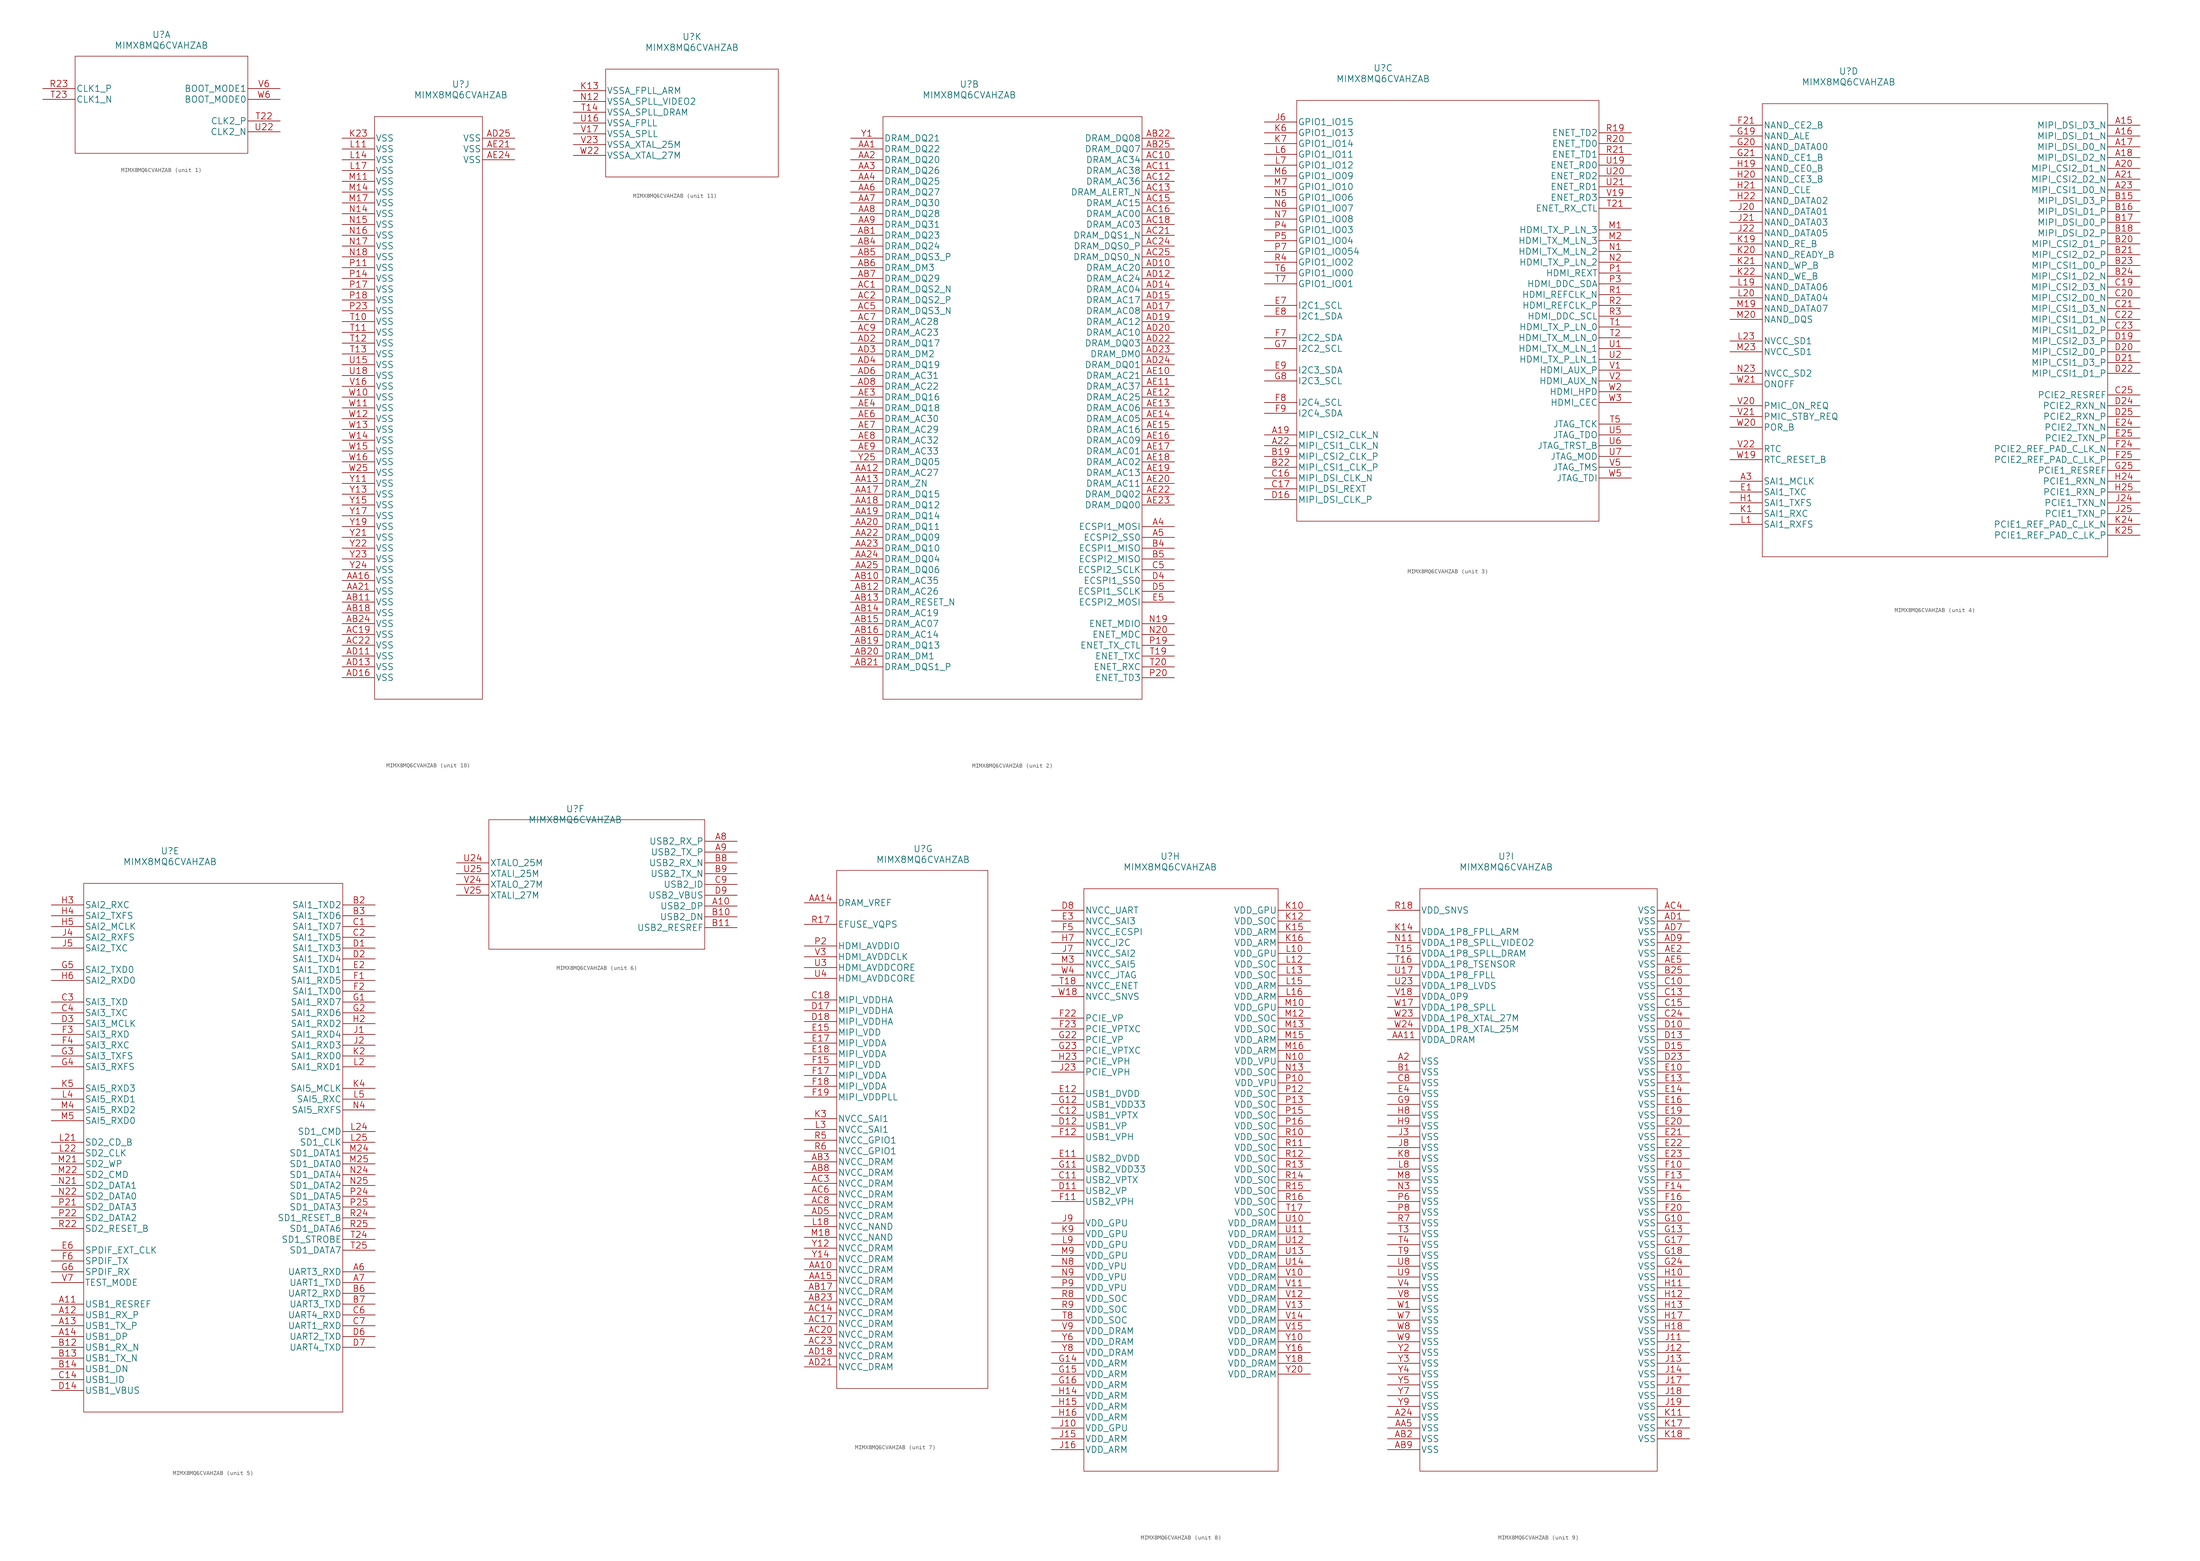
<source format=kicad_sym>
(kicad_symbol_lib
  (version 20211014)
  (generator kicad_symbol_editor)
  (symbol "MIMX8MQ6CVAHZAB"
    (pin_names
      (offset 0.254))
    (property "Reference" "U"
      (at 27.94 12.7 0)
      (effects (font (size 1.524 1.524))))
    (property "Value" "MIMX8MQ6CVAHZAB"
      (at 27.94 10.16 0)
      (effects (font (size 1.524 1.524))))
    (property "Datasheet" ""
      (at 0 0 0)
      (effects (font (size 1.524 1.524))))
    (property "ki_locked" ""
      (at 0 0 0)
      (effects (font (size 1.27 1.27))))
    (symbol "MIMX8MQ6CVAHZAB_1_1"
      (polyline (pts (xy 7.62 -15.24) (xy 48.26 -15.24)) (stroke (width 0.127) (type default) (color 0 0 0 0)) (fill (type none)))
      (polyline (pts (xy 7.62 7.62) (xy 7.62 -15.24)) (stroke (width 0.127) (type default) (color 0 0 0 0)) (fill (type none)))
      (polyline (pts (xy 48.26 -15.24) (xy 48.26 7.62)) (stroke (width 0.127) (type default) (color 0 0 0 0)) (fill (type none)))
      (polyline (pts (xy 48.26 7.62) (xy 7.62 7.62)) (stroke (width 0.127) (type default) (color 0 0 0 0)) (fill (type none)))
      (pin bidirectional line (at 0 0 0) (length 7.62) (name "CLK1_P" (effects (font (size 1.499 1.499)))) (number "R23" (effects (font (size 1.499 1.499)))))
      (pin bidirectional line (at 55.88 -7.62 180) (length 7.62) (name "CLK2_P" (effects (font (size 1.499 1.499)))) (number "T22" (effects (font (size 1.499 1.499)))))
      (pin bidirectional line (at 0 -2.54 0) (length 7.62) (name "CLK1_N" (effects (font (size 1.499 1.499)))) (number "T23" (effects (font (size 1.499 1.499)))))
      (pin bidirectional line (at 55.88 -10.16 180) (length 7.62) (name "CLK2_N" (effects (font (size 1.499 1.499)))) (number "U22" (effects (font (size 1.499 1.499)))))
      (pin bidirectional line (at 55.88 0 180) (length 7.62) (name "BOOT_MODE1" (effects (font (size 1.499 1.499)))) (number "V6" (effects (font (size 1.499 1.499)))))
      (pin bidirectional line (at 55.88 -2.54 180) (length 7.62) (name "BOOT_MODE0" (effects (font (size 1.499 1.499)))) (number "W6" (effects (font (size 1.499 1.499))))))
    (symbol "MIMX8MQ6CVAHZAB_2_1"
      (polyline (pts (xy 7.62 -132.08) (xy 68.58 -132.08)) (stroke (width 0.127) (type default) (color 0 0 0 0)) (fill (type none)))
      (polyline (pts (xy 7.62 5.08) (xy 7.62 -132.08)) (stroke (width 0.127) (type default) (color 0 0 0 0)) (fill (type none)))
      (polyline (pts (xy 68.58 -132.08) (xy 68.58 5.08)) (stroke (width 0.127) (type default) (color 0 0 0 0)) (fill (type none)))
      (polyline (pts (xy 68.58 5.08) (xy 7.62 5.08)) (stroke (width 0.127) (type default) (color 0 0 0 0)) (fill (type none)))
      (pin bidirectional line (at 76.2 -91.44 180) (length 7.62) (name "ECSPI1_MOSI" (effects (font (size 1.499 1.499)))) (number "A4" (effects (font (size 1.499 1.499)))))
      (pin bidirectional line (at 76.2 -93.98 180) (length 7.62) (name "ECSPI2_SS0" (effects (font (size 1.499 1.499)))) (number "A5" (effects (font (size 1.499 1.499)))))
      (pin bidirectional line (at 0 -2.54 0) (length 7.62) (name "DRAM_DQ22" (effects (font (size 1.499 1.499)))) (number "AA1" (effects (font (size 1.499 1.499)))))
      (pin bidirectional line (at 0 -78.74 0) (length 7.62) (name "DRAM_AC27" (effects (font (size 1.499 1.499)))) (number "AA12" (effects (font (size 1.499 1.499)))))
      (pin bidirectional line (at 0 -81.28 0) (length 7.62) (name "DRAM_ZN" (effects (font (size 1.499 1.499)))) (number "AA13" (effects (font (size 1.499 1.499)))))
      (pin bidirectional line (at 0 -83.82 0) (length 7.62) (name "DRAM_DQ15" (effects (font (size 1.499 1.499)))) (number "AA17" (effects (font (size 1.499 1.499)))))
      (pin bidirectional line (at 0 -86.36 0) (length 7.62) (name "DRAM_DQ12" (effects (font (size 1.499 1.499)))) (number "AA18" (effects (font (size 1.499 1.499)))))
      (pin bidirectional line (at 0 -88.9 0) (length 7.62) (name "DRAM_DQ14" (effects (font (size 1.499 1.499)))) (number "AA19" (effects (font (size 1.499 1.499)))))
      (pin bidirectional line (at 0 -5.08 0) (length 7.62) (name "DRAM_DQ20" (effects (font (size 1.499 1.499)))) (number "AA2" (effects (font (size 1.499 1.499)))))
      (pin bidirectional line (at 0 -91.44 0) (length 7.62) (name "DRAM_DQ11" (effects (font (size 1.499 1.499)))) (number "AA20" (effects (font (size 1.499 1.499)))))
      (pin bidirectional line (at 0 -93.98 0) (length 7.62) (name "DRAM_DQ09" (effects (font (size 1.499 1.499)))) (number "AA22" (effects (font (size 1.499 1.499)))))
      (pin bidirectional line (at 0 -96.52 0) (length 7.62) (name "DRAM_DQ10" (effects (font (size 1.499 1.499)))) (number "AA23" (effects (font (size 1.499 1.499)))))
      (pin bidirectional line (at 0 -99.06 0) (length 7.62) (name "DRAM_DQ04" (effects (font (size 1.499 1.499)))) (number "AA24" (effects (font (size 1.499 1.499)))))
      (pin bidirectional line (at 0 -101.6 0) (length 7.62) (name "DRAM_DQ06" (effects (font (size 1.499 1.499)))) (number "AA25" (effects (font (size 1.499 1.499)))))
      (pin bidirectional line (at 0 -7.62 0) (length 7.62) (name "DRAM_DQ26" (effects (font (size 1.499 1.499)))) (number "AA3" (effects (font (size 1.499 1.499)))))
      (pin bidirectional line (at 0 -10.16 0) (length 7.62) (name "DRAM_DQ25" (effects (font (size 1.499 1.499)))) (number "AA4" (effects (font (size 1.499 1.499)))))
      (pin bidirectional line (at 0 -12.7 0) (length 7.62) (name "DRAM_DQ27" (effects (font (size 1.499 1.499)))) (number "AA6" (effects (font (size 1.499 1.499)))))
      (pin bidirectional line (at 0 -15.24 0) (length 7.62) (name "DRAM_DQ30" (effects (font (size 1.499 1.499)))) (number "AA7" (effects (font (size 1.499 1.499)))))
      (pin bidirectional line (at 0 -17.78 0) (length 7.62) (name "DRAM_DQ28" (effects (font (size 1.499 1.499)))) (number "AA8" (effects (font (size 1.499 1.499)))))
      (pin bidirectional line (at 0 -20.32 0) (length 7.62) (name "DRAM_DQ31" (effects (font (size 1.499 1.499)))) (number "AA9" (effects (font (size 1.499 1.499)))))
      (pin bidirectional line (at 0 -22.86 0) (length 7.62) (name "DRAM_DQ23" (effects (font (size 1.499 1.499)))) (number "AB1" (effects (font (size 1.499 1.499)))))
      (pin bidirectional line (at 0 -104.14 0) (length 7.62) (name "DRAM_AC35" (effects (font (size 1.499 1.499)))) (number "AB10" (effects (font (size 1.499 1.499)))))
      (pin bidirectional line (at 0 -106.68 0) (length 7.62) (name "DRAM_AC26" (effects (font (size 1.499 1.499)))) (number "AB12" (effects (font (size 1.499 1.499)))))
      (pin bidirectional line (at 0 -109.22 0) (length 7.62) (name "DRAM_RESET_N" (effects (font (size 1.499 1.499)))) (number "AB13" (effects (font (size 1.499 1.499)))))
      (pin bidirectional line (at 0 -111.76 0) (length 7.62) (name "DRAM_AC19" (effects (font (size 1.499 1.499)))) (number "AB14" (effects (font (size 1.499 1.499)))))
      (pin bidirectional line (at 0 -114.3 0) (length 7.62) (name "DRAM_AC07" (effects (font (size 1.499 1.499)))) (number "AB15" (effects (font (size 1.499 1.499)))))
      (pin bidirectional line (at 0 -116.84 0) (length 7.62) (name "DRAM_AC14" (effects (font (size 1.499 1.499)))) (number "AB16" (effects (font (size 1.499 1.499)))))
      (pin bidirectional line (at 0 -119.38 0) (length 7.62) (name "DRAM_DQ13" (effects (font (size 1.499 1.499)))) (number "AB19" (effects (font (size 1.499 1.499)))))
      (pin bidirectional line (at 0 -121.92 0) (length 7.62) (name "DRAM_DM1" (effects (font (size 1.499 1.499)))) (number "AB20" (effects (font (size 1.499 1.499)))))
      (pin bidirectional line (at 0 -124.46 0) (length 7.62) (name "DRAM_DQS1_P" (effects (font (size 1.499 1.499)))) (number "AB21" (effects (font (size 1.499 1.499)))))
      (pin bidirectional line (at 76.2 0 180) (length 7.62) (name "DRAM_DQ08" (effects (font (size 1.499 1.499)))) (number "AB22" (effects (font (size 1.499 1.499)))))
      (pin bidirectional line (at 76.2 -2.54 180) (length 7.62) (name "DRAM_DQ07" (effects (font (size 1.499 1.499)))) (number "AB25" (effects (font (size 1.499 1.499)))))
      (pin bidirectional line (at 0 -25.4 0) (length 7.62) (name "DRAM_DQ24" (effects (font (size 1.499 1.499)))) (number "AB4" (effects (font (size 1.499 1.499)))))
      (pin bidirectional line (at 0 -27.94 0) (length 7.62) (name "DRAM_DQS3_P" (effects (font (size 1.499 1.499)))) (number "AB5" (effects (font (size 1.499 1.499)))))
      (pin bidirectional line (at 0 -30.48 0) (length 7.62) (name "DRAM_DM3" (effects (font (size 1.499 1.499)))) (number "AB6" (effects (font (size 1.499 1.499)))))
      (pin bidirectional line (at 0 -33.02 0) (length 7.62) (name "DRAM_DQ29" (effects (font (size 1.499 1.499)))) (number "AB7" (effects (font (size 1.499 1.499)))))
      (pin bidirectional line (at 0 -35.56 0) (length 7.62) (name "DRAM_DQS2_N" (effects (font (size 1.499 1.499)))) (number "AC1" (effects (font (size 1.499 1.499)))))
      (pin bidirectional line (at 76.2 -5.08 180) (length 7.62) (name "DRAM_AC34" (effects (font (size 1.499 1.499)))) (number "AC10" (effects (font (size 1.499 1.499)))))
      (pin bidirectional line (at 76.2 -7.62 180) (length 7.62) (name "DRAM_AC38" (effects (font (size 1.499 1.499)))) (number "AC11" (effects (font (size 1.499 1.499)))))
      (pin bidirectional line (at 76.2 -10.16 180) (length 7.62) (name "DRAM_AC36" (effects (font (size 1.499 1.499)))) (number "AC12" (effects (font (size 1.499 1.499)))))
      (pin bidirectional line (at 76.2 -12.7 180) (length 7.62) (name "DRAM_ALERT_N" (effects (font (size 1.499 1.499)))) (number "AC13" (effects (font (size 1.499 1.499)))))
      (pin bidirectional line (at 76.2 -15.24 180) (length 7.62) (name "DRAM_AC15" (effects (font (size 1.499 1.499)))) (number "AC15" (effects (font (size 1.499 1.499)))))
      (pin bidirectional line (at 76.2 -17.78 180) (length 7.62) (name "DRAM_AC00" (effects (font (size 1.499 1.499)))) (number "AC16" (effects (font (size 1.499 1.499)))))
      (pin bidirectional line (at 76.2 -20.32 180) (length 7.62) (name "DRAM_AC03" (effects (font (size 1.499 1.499)))) (number "AC18" (effects (font (size 1.499 1.499)))))
      (pin bidirectional line (at 0 -38.1 0) (length 7.62) (name "DRAM_DQS2_P" (effects (font (size 1.499 1.499)))) (number "AC2" (effects (font (size 1.499 1.499)))))
      (pin bidirectional line (at 76.2 -22.86 180) (length 7.62) (name "DRAM_DQS1_N" (effects (font (size 1.499 1.499)))) (number "AC21" (effects (font (size 1.499 1.499)))))
      (pin bidirectional line (at 76.2 -25.4 180) (length 7.62) (name "DRAM_DQS0_P" (effects (font (size 1.499 1.499)))) (number "AC24" (effects (font (size 1.499 1.499)))))
      (pin bidirectional line (at 76.2 -27.94 180) (length 7.62) (name "DRAM_DQS0_N" (effects (font (size 1.499 1.499)))) (number "AC25" (effects (font (size 1.499 1.499)))))
      (pin bidirectional line (at 0 -40.64 0) (length 7.62) (name "DRAM_DQS3_N" (effects (font (size 1.499 1.499)))) (number "AC5" (effects (font (size 1.499 1.499)))))
      (pin bidirectional line (at 0 -43.18 0) (length 7.62) (name "DRAM_AC28" (effects (font (size 1.499 1.499)))) (number "AC7" (effects (font (size 1.499 1.499)))))
      (pin bidirectional line (at 0 -45.72 0) (length 7.62) (name "DRAM_AC23" (effects (font (size 1.499 1.499)))) (number "AC9" (effects (font (size 1.499 1.499)))))
      (pin bidirectional line (at 76.2 -30.48 180) (length 7.62) (name "DRAM_AC20" (effects (font (size 1.499 1.499)))) (number "AD10" (effects (font (size 1.499 1.499)))))
      (pin bidirectional line (at 76.2 -33.02 180) (length 7.62) (name "DRAM_AC24" (effects (font (size 1.499 1.499)))) (number "AD12" (effects (font (size 1.499 1.499)))))
      (pin bidirectional line (at 76.2 -35.56 180) (length 7.62) (name "DRAM_AC04" (effects (font (size 1.499 1.499)))) (number "AD14" (effects (font (size 1.499 1.499)))))
      (pin bidirectional line (at 76.2 -38.1 180) (length 7.62) (name "DRAM_AC17" (effects (font (size 1.499 1.499)))) (number "AD15" (effects (font (size 1.499 1.499)))))
      (pin bidirectional line (at 76.2 -40.64 180) (length 7.62) (name "DRAM_AC08" (effects (font (size 1.499 1.499)))) (number "AD17" (effects (font (size 1.499 1.499)))))
      (pin bidirectional line (at 76.2 -43.18 180) (length 7.62) (name "DRAM_AC12" (effects (font (size 1.499 1.499)))) (number "AD19" (effects (font (size 1.499 1.499)))))
      (pin bidirectional line (at 0 -48.26 0) (length 7.62) (name "DRAM_DQ17" (effects (font (size 1.499 1.499)))) (number "AD2" (effects (font (size 1.499 1.499)))))
      (pin bidirectional line (at 76.2 -45.72 180) (length 7.62) (name "DRAM_AC10" (effects (font (size 1.499 1.499)))) (number "AD20" (effects (font (size 1.499 1.499)))))
      (pin bidirectional line (at 76.2 -48.26 180) (length 7.62) (name "DRAM_DQ03" (effects (font (size 1.499 1.499)))) (number "AD22" (effects (font (size 1.499 1.499)))))
      (pin bidirectional line (at 76.2 -50.8 180) (length 7.62) (name "DRAM_DM0" (effects (font (size 1.499 1.499)))) (number "AD23" (effects (font (size 1.499 1.499)))))
      (pin bidirectional line (at 76.2 -53.34 180) (length 7.62) (name "DRAM_DQ01" (effects (font (size 1.499 1.499)))) (number "AD24" (effects (font (size 1.499 1.499)))))
      (pin bidirectional line (at 0 -50.8 0) (length 7.62) (name "DRAM_DM2" (effects (font (size 1.499 1.499)))) (number "AD3" (effects (font (size 1.499 1.499)))))
      (pin bidirectional line (at 0 -53.34 0) (length 7.62) (name "DRAM_DQ19" (effects (font (size 1.499 1.499)))) (number "AD4" (effects (font (size 1.499 1.499)))))
      (pin bidirectional line (at 0 -55.88 0) (length 7.62) (name "DRAM_AC31" (effects (font (size 1.499 1.499)))) (number "AD6" (effects (font (size 1.499 1.499)))))
      (pin bidirectional line (at 0 -58.42 0) (length 7.62) (name "DRAM_AC22" (effects (font (size 1.499 1.499)))) (number "AD8" (effects (font (size 1.499 1.499)))))
      (pin bidirectional line (at 76.2 -55.88 180) (length 7.62) (name "DRAM_AC21" (effects (font (size 1.499 1.499)))) (number "AE10" (effects (font (size 1.499 1.499)))))
      (pin bidirectional line (at 76.2 -58.42 180) (length 7.62) (name "DRAM_AC37" (effects (font (size 1.499 1.499)))) (number "AE11" (effects (font (size 1.499 1.499)))))
      (pin bidirectional line (at 76.2 -60.96 180) (length 7.62) (name "DRAM_AC25" (effects (font (size 1.499 1.499)))) (number "AE12" (effects (font (size 1.499 1.499)))))
      (pin bidirectional line (at 76.2 -63.5 180) (length 7.62) (name "DRAM_AC06" (effects (font (size 1.499 1.499)))) (number "AE13" (effects (font (size 1.499 1.499)))))
      (pin bidirectional line (at 76.2 -66.04 180) (length 7.62) (name "DRAM_AC05" (effects (font (size 1.499 1.499)))) (number "AE14" (effects (font (size 1.499 1.499)))))
      (pin bidirectional line (at 76.2 -68.58 180) (length 7.62) (name "DRAM_AC16" (effects (font (size 1.499 1.499)))) (number "AE15" (effects (font (size 1.499 1.499)))))
      (pin bidirectional line (at 76.2 -71.12 180) (length 7.62) (name "DRAM_AC09" (effects (font (size 1.499 1.499)))) (number "AE16" (effects (font (size 1.499 1.499)))))
      (pin bidirectional line (at 76.2 -73.66 180) (length 7.62) (name "DRAM_AC01" (effects (font (size 1.499 1.499)))) (number "AE17" (effects (font (size 1.499 1.499)))))
      (pin bidirectional line (at 76.2 -76.2 180) (length 7.62) (name "DRAM_AC02" (effects (font (size 1.499 1.499)))) (number "AE18" (effects (font (size 1.499 1.499)))))
      (pin bidirectional line (at 76.2 -78.74 180) (length 7.62) (name "DRAM_AC13" (effects (font (size 1.499 1.499)))) (number "AE19" (effects (font (size 1.499 1.499)))))
      (pin bidirectional line (at 76.2 -81.28 180) (length 7.62) (name "DRAM_AC11" (effects (font (size 1.499 1.499)))) (number "AE20" (effects (font (size 1.499 1.499)))))
      (pin bidirectional line (at 76.2 -83.82 180) (length 7.62) (name "DRAM_DQ02" (effects (font (size 1.499 1.499)))) (number "AE22" (effects (font (size 1.499 1.499)))))
      (pin bidirectional line (at 76.2 -86.36 180) (length 7.62) (name "DRAM_DQ00" (effects (font (size 1.499 1.499)))) (number "AE23" (effects (font (size 1.499 1.499)))))
      (pin bidirectional line (at 0 -60.96 0) (length 7.62) (name "DRAM_DQ16" (effects (font (size 1.499 1.499)))) (number "AE3" (effects (font (size 1.499 1.499)))))
      (pin bidirectional line (at 0 -63.5 0) (length 7.62) (name "DRAM_DQ18" (effects (font (size 1.499 1.499)))) (number "AE4" (effects (font (size 1.499 1.499)))))
      (pin bidirectional line (at 0 -66.04 0) (length 7.62) (name "DRAM_AC30" (effects (font (size 1.499 1.499)))) (number "AE6" (effects (font (size 1.499 1.499)))))
      (pin bidirectional line (at 0 -68.58 0) (length 7.62) (name "DRAM_AC29" (effects (font (size 1.499 1.499)))) (number "AE7" (effects (font (size 1.499 1.499)))))
      (pin bidirectional line (at 0 -71.12 0) (length 7.62) (name "DRAM_AC32" (effects (font (size 1.499 1.499)))) (number "AE8" (effects (font (size 1.499 1.499)))))
      (pin bidirectional line (at 0 -73.66 0) (length 7.62) (name "DRAM_AC33" (effects (font (size 1.499 1.499)))) (number "AE9" (effects (font (size 1.499 1.499)))))
      (pin bidirectional line (at 76.2 -96.52 180) (length 7.62) (name "ECSPI1_MISO" (effects (font (size 1.499 1.499)))) (number "B4" (effects (font (size 1.499 1.499)))))
      (pin bidirectional line (at 76.2 -99.06 180) (length 7.62) (name "ECSPI2_MISO" (effects (font (size 1.499 1.499)))) (number "B5" (effects (font (size 1.499 1.499)))))
      (pin bidirectional line (at 76.2 -101.6 180) (length 7.62) (name "ECSPI2_SCLK" (effects (font (size 1.499 1.499)))) (number "C5" (effects (font (size 1.499 1.499)))))
      (pin bidirectional line (at 76.2 -104.14 180) (length 7.62) (name "ECSPI1_SS0" (effects (font (size 1.499 1.499)))) (number "D4" (effects (font (size 1.499 1.499)))))
      (pin bidirectional line (at 76.2 -106.68 180) (length 7.62) (name "ECSPI1_SCLK" (effects (font (size 1.499 1.499)))) (number "D5" (effects (font (size 1.499 1.499)))))
      (pin bidirectional line (at 76.2 -109.22 180) (length 7.62) (name "ECSPI2_MOSI" (effects (font (size 1.499 1.499)))) (number "E5" (effects (font (size 1.499 1.499)))))
      (pin bidirectional line (at 76.2 -114.3 180) (length 7.62) (name "ENET_MDIO" (effects (font (size 1.499 1.499)))) (number "N19" (effects (font (size 1.499 1.499)))))
      (pin bidirectional line (at 76.2 -116.84 180) (length 7.62) (name "ENET_MDC" (effects (font (size 1.499 1.499)))) (number "N20" (effects (font (size 1.499 1.499)))))
      (pin bidirectional line (at 76.2 -119.38 180) (length 7.62) (name "ENET_TX_CTL" (effects (font (size 1.499 1.499)))) (number "P19" (effects (font (size 1.499 1.499)))))
      (pin bidirectional line (at 76.2 -127 180) (length 7.62) (name "ENET_TD3" (effects (font (size 1.499 1.499)))) (number "P20" (effects (font (size 1.499 1.499)))))
      (pin bidirectional line (at 76.2 -121.92 180) (length 7.62) (name "ENET_TXC" (effects (font (size 1.499 1.499)))) (number "T19" (effects (font (size 1.499 1.499)))))
      (pin bidirectional line (at 76.2 -124.46 180) (length 7.62) (name "ENET_RXC" (effects (font (size 1.499 1.499)))) (number "T20" (effects (font (size 1.499 1.499)))))
      (pin bidirectional line (at 0 0 0) (length 7.62) (name "DRAM_DQ21" (effects (font (size 1.499 1.499)))) (number "Y1" (effects (font (size 1.499 1.499)))))
      (pin bidirectional line (at 0 -76.2 0) (length 7.62) (name "DRAM_DQ05" (effects (font (size 1.499 1.499)))) (number "Y25" (effects (font (size 1.499 1.499))))))
    (symbol "MIMX8MQ6CVAHZAB_3_1"
      (polyline (pts (xy 7.62 -93.98) (xy 78.74 -93.98)) (stroke (width 0.127) (type default) (color 0 0 0 0)) (fill (type none)))
      (polyline (pts (xy 7.62 5.08) (xy 7.62 -93.98)) (stroke (width 0.127) (type default) (color 0 0 0 0)) (fill (type none)))
      (polyline (pts (xy 78.74 -93.98) (xy 78.74 5.08)) (stroke (width 0.127) (type default) (color 0 0 0 0)) (fill (type none)))
      (polyline (pts (xy 78.74 5.08) (xy 7.62 5.08)) (stroke (width 0.127) (type default) (color 0 0 0 0)) (fill (type none)))
      (pin bidirectional line (at 0 -73.66 0) (length 7.62) (name "MIPI_CSI2_CLK_N" (effects (font (size 1.499 1.499)))) (number "A19" (effects (font (size 1.499 1.499)))))
      (pin bidirectional line (at 0 -76.2 0) (length 7.62) (name "MIPI_CSI1_CLK_N" (effects (font (size 1.499 1.499)))) (number "A22" (effects (font (size 1.499 1.499)))))
      (pin bidirectional line (at 0 -78.74 0) (length 7.62) (name "MIPI_CSI2_CLK_P" (effects (font (size 1.499 1.499)))) (number "B19" (effects (font (size 1.499 1.499)))))
      (pin bidirectional line (at 0 -81.28 0) (length 7.62) (name "MIPI_CSI1_CLK_P" (effects (font (size 1.499 1.499)))) (number "B22" (effects (font (size 1.499 1.499)))))
      (pin unspecified line (at 0 -83.82 0) (length 7.62) (name "MIPI_DSI_CLK_N" (effects (font (size 1.499 1.499)))) (number "C16" (effects (font (size 1.499 1.499)))))
      (pin unspecified line (at 0 -86.36 0) (length 7.62) (name "MIPI_DSI_REXT" (effects (font (size 1.499 1.499)))) (number "C17" (effects (font (size 1.499 1.499)))))
      (pin unspecified line (at 0 -88.9 0) (length 7.62) (name "MIPI_DSI_CLK_P" (effects (font (size 1.499 1.499)))) (number "D16" (effects (font (size 1.499 1.499)))))
      (pin bidirectional line (at 0 -43.18 0) (length 7.62) (name "I2C1_SCL" (effects (font (size 1.499 1.499)))) (number "E7" (effects (font (size 1.499 1.499)))))
      (pin bidirectional line (at 0 -45.72 0) (length 7.62) (name "I2C1_SDA" (effects (font (size 1.499 1.499)))) (number "E8" (effects (font (size 1.499 1.499)))))
      (pin bidirectional line (at 0 -58.42 0) (length 7.62) (name "I2C3_SDA" (effects (font (size 1.499 1.499)))) (number "E9" (effects (font (size 1.499 1.499)))))
      (pin bidirectional line (at 0 -50.8 0) (length 7.62) (name "I2C2_SDA" (effects (font (size 1.499 1.499)))) (number "F7" (effects (font (size 1.499 1.499)))))
      (pin bidirectional line (at 0 -66.04 0) (length 7.62) (name "I2C4_SCL" (effects (font (size 1.499 1.499)))) (number "F8" (effects (font (size 1.499 1.499)))))
      (pin bidirectional line (at 0 -68.58 0) (length 7.62) (name "I2C4_SDA" (effects (font (size 1.499 1.499)))) (number "F9" (effects (font (size 1.499 1.499)))))
      (pin bidirectional line (at 0 -53.34 0) (length 7.62) (name "I2C2_SCL" (effects (font (size 1.499 1.499)))) (number "G7" (effects (font (size 1.499 1.499)))))
      (pin bidirectional line (at 0 -60.96 0) (length 7.62) (name "I2C3_SCL" (effects (font (size 1.499 1.499)))) (number "G8" (effects (font (size 1.499 1.499)))))
      (pin bidirectional line (at 0 0 0) (length 7.62) (name "GPIO1_IO15" (effects (font (size 1.499 1.499)))) (number "J6" (effects (font (size 1.499 1.499)))))
      (pin bidirectional line (at 0 -2.54 0) (length 7.62) (name "GPIO1_IO13" (effects (font (size 1.499 1.499)))) (number "K6" (effects (font (size 1.499 1.499)))))
      (pin bidirectional line (at 0 -5.08 0) (length 7.62) (name "GPIO1_IO14" (effects (font (size 1.499 1.499)))) (number "K7" (effects (font (size 1.499 1.499)))))
      (pin bidirectional line (at 0 -7.62 0) (length 7.62) (name "GPIO1_IO11" (effects (font (size 1.499 1.499)))) (number "L6" (effects (font (size 1.499 1.499)))))
      (pin bidirectional line (at 0 -10.16 0) (length 7.62) (name "GPIO1_IO12" (effects (font (size 1.499 1.499)))) (number "L7" (effects (font (size 1.499 1.499)))))
      (pin bidirectional line (at 86.36 -25.4 180) (length 7.62) (name "HDMI_TX_P_LN_3" (effects (font (size 1.499 1.499)))) (number "M1" (effects (font (size 1.499 1.499)))))
      (pin bidirectional line (at 86.36 -27.94 180) (length 7.62) (name "HDMI_TX_M_LN_3" (effects (font (size 1.499 1.499)))) (number "M2" (effects (font (size 1.499 1.499)))))
      (pin bidirectional line (at 0 -12.7 0) (length 7.62) (name "GPIO1_IO09" (effects (font (size 1.499 1.499)))) (number "M6" (effects (font (size 1.499 1.499)))))
      (pin bidirectional line (at 0 -15.24 0) (length 7.62) (name "GPIO1_IO10" (effects (font (size 1.499 1.499)))) (number "M7" (effects (font (size 1.499 1.499)))))
      (pin bidirectional line (at 86.36 -30.48 180) (length 7.62) (name "HDMI_TX_M_LN_2" (effects (font (size 1.499 1.499)))) (number "N1" (effects (font (size 1.499 1.499)))))
      (pin bidirectional line (at 86.36 -33.02 180) (length 7.62) (name "HDMI_TX_P_LN_2" (effects (font (size 1.499 1.499)))) (number "N2" (effects (font (size 1.499 1.499)))))
      (pin bidirectional line (at 0 -17.78 0) (length 7.62) (name "GPIO1_IO06" (effects (font (size 1.499 1.499)))) (number "N5" (effects (font (size 1.499 1.499)))))
      (pin bidirectional line (at 0 -20.32 0) (length 7.62) (name "GPIO1_IO07" (effects (font (size 1.499 1.499)))) (number "N6" (effects (font (size 1.499 1.499)))))
      (pin bidirectional line (at 0 -22.86 0) (length 7.62) (name "GPIO1_IO08" (effects (font (size 1.499 1.499)))) (number "N7" (effects (font (size 1.499 1.499)))))
      (pin unspecified line (at 86.36 -35.56 180) (length 7.62) (name "HDMI_REXT" (effects (font (size 1.499 1.499)))) (number "P1" (effects (font (size 1.499 1.499)))))
      (pin unspecified line (at 86.36 -38.1 180) (length 7.62) (name "HDMI_DDC_SDA" (effects (font (size 1.499 1.499)))) (number "P3" (effects (font (size 1.499 1.499)))))
      (pin bidirectional line (at 0 -25.4 0) (length 7.62) (name "GPIO1_IO03" (effects (font (size 1.499 1.499)))) (number "P4" (effects (font (size 1.499 1.499)))))
      (pin bidirectional line (at 0 -27.94 0) (length 7.62) (name "GPIO1_IO04" (effects (font (size 1.499 1.499)))) (number "P5" (effects (font (size 1.499 1.499)))))
      (pin bidirectional line (at 0 -30.48 0) (length 7.62) (name "GPIO1_IO054" (effects (font (size 1.499 1.499)))) (number "P7" (effects (font (size 1.499 1.499)))))
      (pin unspecified line (at 86.36 -40.64 180) (length 7.62) (name "HDMI_REFCLK_N" (effects (font (size 1.499 1.499)))) (number "R1" (effects (font (size 1.499 1.499)))))
      (pin bidirectional line (at 86.36 -2.54 180) (length 7.62) (name "ENET_TD2" (effects (font (size 1.499 1.499)))) (number "R19" (effects (font (size 1.499 1.499)))))
      (pin unspecified line (at 86.36 -43.18 180) (length 7.62) (name "HDMI_REFCLK_P" (effects (font (size 1.499 1.499)))) (number "R2" (effects (font (size 1.499 1.499)))))
      (pin bidirectional line (at 86.36 -5.08 180) (length 7.62) (name "ENET_TD0" (effects (font (size 1.499 1.499)))) (number "R20" (effects (font (size 1.499 1.499)))))
      (pin bidirectional line (at 86.36 -7.62 180) (length 7.62) (name "ENET_TD1" (effects (font (size 1.499 1.499)))) (number "R21" (effects (font (size 1.499 1.499)))))
      (pin unspecified line (at 86.36 -45.72 180) (length 7.62) (name "HDMI_DDC_SCL" (effects (font (size 1.499 1.499)))) (number "R3" (effects (font (size 1.499 1.499)))))
      (pin bidirectional line (at 0 -33.02 0) (length 7.62) (name "GPIO1_IO02" (effects (font (size 1.499 1.499)))) (number "R4" (effects (font (size 1.499 1.499)))))
      (pin bidirectional line (at 86.36 -48.26 180) (length 7.62) (name "HDMI_TX_P_LN_0" (effects (font (size 1.499 1.499)))) (number "T1" (effects (font (size 1.499 1.499)))))
      (pin bidirectional line (at 86.36 -50.8 180) (length 7.62) (name "HDMI_TX_M_LN_0" (effects (font (size 1.499 1.499)))) (number "T2" (effects (font (size 1.499 1.499)))))
      (pin bidirectional line (at 86.36 -20.32 180) (length 7.62) (name "ENET_RX_CTL" (effects (font (size 1.499 1.499)))) (number "T21" (effects (font (size 1.499 1.499)))))
      (pin unspecified line (at 86.36 -71.12 180) (length 7.62) (name "JTAG_TCK" (effects (font (size 1.499 1.499)))) (number "T5" (effects (font (size 1.499 1.499)))))
      (pin bidirectional line (at 0 -35.56 0) (length 7.62) (name "GPIO1_IO00" (effects (font (size 1.499 1.499)))) (number "T6" (effects (font (size 1.499 1.499)))))
      (pin bidirectional line (at 0 -38.1 0) (length 7.62) (name "GPIO1_IO01" (effects (font (size 1.499 1.499)))) (number "T7" (effects (font (size 1.499 1.499)))))
      (pin bidirectional line (at 86.36 -53.34 180) (length 7.62) (name "HDMI_TX_M_LN_1" (effects (font (size 1.499 1.499)))) (number "U1" (effects (font (size 1.499 1.499)))))
      (pin bidirectional line (at 86.36 -10.16 180) (length 7.62) (name "ENET_RD0" (effects (font (size 1.499 1.499)))) (number "U19" (effects (font (size 1.499 1.499)))))
      (pin bidirectional line (at 86.36 -55.88 180) (length 7.62) (name "HDMI_TX_P_LN_1" (effects (font (size 1.499 1.499)))) (number "U2" (effects (font (size 1.499 1.499)))))
      (pin bidirectional line (at 86.36 -12.7 180) (length 7.62) (name "ENET_RD2" (effects (font (size 1.499 1.499)))) (number "U20" (effects (font (size 1.499 1.499)))))
      (pin bidirectional line (at 86.36 -15.24 180) (length 7.62) (name "ENET_RD1" (effects (font (size 1.499 1.499)))) (number "U21" (effects (font (size 1.499 1.499)))))
      (pin unspecified line (at 86.36 -73.66 180) (length 7.62) (name "JTAG_TDO" (effects (font (size 1.499 1.499)))) (number "U5" (effects (font (size 1.499 1.499)))))
      (pin unspecified line (at 86.36 -76.2 180) (length 7.62) (name "JTAG_TRST_B" (effects (font (size 1.499 1.499)))) (number "U6" (effects (font (size 1.499 1.499)))))
      (pin unspecified line (at 86.36 -78.74 180) (length 7.62) (name "JTAG_MOD" (effects (font (size 1.499 1.499)))) (number "U7" (effects (font (size 1.499 1.499)))))
      (pin unspecified line (at 86.36 -58.42 180) (length 7.62) (name "HDMI_AUX_P" (effects (font (size 1.499 1.499)))) (number "V1" (effects (font (size 1.499 1.499)))))
      (pin bidirectional line (at 86.36 -17.78 180) (length 7.62) (name "ENET_RD3" (effects (font (size 1.499 1.499)))) (number "V19" (effects (font (size 1.499 1.499)))))
      (pin unspecified line (at 86.36 -60.96 180) (length 7.62) (name "HDMI_AUX_N" (effects (font (size 1.499 1.499)))) (number "V2" (effects (font (size 1.499 1.499)))))
      (pin unspecified line (at 86.36 -81.28 180) (length 7.62) (name "JTAG_TMS" (effects (font (size 1.499 1.499)))) (number "V5" (effects (font (size 1.499 1.499)))))
      (pin unspecified line (at 86.36 -63.5 180) (length 7.62) (name "HDMI_HPD" (effects (font (size 1.499 1.499)))) (number "W2" (effects (font (size 1.499 1.499)))))
      (pin unspecified line (at 86.36 -66.04 180) (length 7.62) (name "HDMI_CEC" (effects (font (size 1.499 1.499)))) (number "W3" (effects (font (size 1.499 1.499)))))
      (pin unspecified line (at 86.36 -83.82 180) (length 7.62) (name "JTAG_TDI" (effects (font (size 1.499 1.499)))) (number "W5" (effects (font (size 1.499 1.499))))))
    (symbol "MIMX8MQ6CVAHZAB_4_1"
      (polyline (pts (xy 7.62 -101.6) (xy 88.9 -101.6)) (stroke (width 0.127) (type default) (color 0 0 0 0)) (fill (type none)))
      (polyline (pts (xy 7.62 5.08) (xy 7.62 -101.6)) (stroke (width 0.127) (type default) (color 0 0 0 0)) (fill (type none)))
      (polyline (pts (xy 88.9 -101.6) (xy 88.9 5.08)) (stroke (width 0.127) (type default) (color 0 0 0 0)) (fill (type none)))
      (polyline (pts (xy 88.9 5.08) (xy 7.62 5.08)) (stroke (width 0.127) (type default) (color 0 0 0 0)) (fill (type none)))
      (pin bidirectional line (at 96.52 0 180) (length 7.62) (name "MIPI_DSI_D3_N" (effects (font (size 1.499 1.499)))) (number "A15" (effects (font (size 1.499 1.499)))))
      (pin bidirectional line (at 96.52 -2.54 180) (length 7.62) (name "MIPI_DSI_D1_N" (effects (font (size 1.499 1.499)))) (number "A16" (effects (font (size 1.499 1.499)))))
      (pin bidirectional line (at 96.52 -5.08 180) (length 7.62) (name "MIPI_DSI_D0_N" (effects (font (size 1.499 1.499)))) (number "A17" (effects (font (size 1.499 1.499)))))
      (pin bidirectional line (at 96.52 -7.62 180) (length 7.62) (name "MIPI_DSI_D2_N" (effects (font (size 1.499 1.499)))) (number "A18" (effects (font (size 1.499 1.499)))))
      (pin bidirectional line (at 96.52 -10.16 180) (length 7.62) (name "MIPI_CSI2_D1_N" (effects (font (size 1.499 1.499)))) (number "A20" (effects (font (size 1.499 1.499)))))
      (pin bidirectional line (at 96.52 -12.7 180) (length 7.62) (name "MIPI_CSI2_D2_N" (effects (font (size 1.499 1.499)))) (number "A21" (effects (font (size 1.499 1.499)))))
      (pin bidirectional line (at 96.52 -15.24 180) (length 7.62) (name "MIPI_CSI1_D0_N" (effects (font (size 1.499 1.499)))) (number "A23" (effects (font (size 1.499 1.499)))))
      (pin bidirectional line (at 0 -83.82 0) (length 7.62) (name "SAI1_MCLK" (effects (font (size 1.499 1.499)))) (number "A3" (effects (font (size 1.499 1.499)))))
      (pin bidirectional line (at 96.52 -17.78 180) (length 7.62) (name "MIPI_DSI_D3_P" (effects (font (size 1.499 1.499)))) (number "B15" (effects (font (size 1.499 1.499)))))
      (pin bidirectional line (at 96.52 -20.32 180) (length 7.62) (name "MIPI_DSI_D1_P" (effects (font (size 1.499 1.499)))) (number "B16" (effects (font (size 1.499 1.499)))))
      (pin bidirectional line (at 96.52 -22.86 180) (length 7.62) (name "MIPI_DSI_D0_P" (effects (font (size 1.499 1.499)))) (number "B17" (effects (font (size 1.499 1.499)))))
      (pin bidirectional line (at 96.52 -25.4 180) (length 7.62) (name "MIPI_DSI_D2_P" (effects (font (size 1.499 1.499)))) (number "B18" (effects (font (size 1.499 1.499)))))
      (pin bidirectional line (at 96.52 -27.94 180) (length 7.62) (name "MIPI_CSI2_D1_P" (effects (font (size 1.499 1.499)))) (number "B20" (effects (font (size 1.499 1.499)))))
      (pin bidirectional line (at 96.52 -30.48 180) (length 7.62) (name "MIPI_CSI2_D2_P" (effects (font (size 1.499 1.499)))) (number "B21" (effects (font (size 1.499 1.499)))))
      (pin bidirectional line (at 96.52 -33.02 180) (length 7.62) (name "MIPI_CSI1_D0_P" (effects (font (size 1.499 1.499)))) (number "B23" (effects (font (size 1.499 1.499)))))
      (pin bidirectional line (at 96.52 -35.56 180) (length 7.62) (name "MIPI_CSI1_D2_N" (effects (font (size 1.499 1.499)))) (number "B24" (effects (font (size 1.499 1.499)))))
      (pin bidirectional line (at 96.52 -38.1 180) (length 7.62) (name "MIPI_CSI2_D3_N" (effects (font (size 1.499 1.499)))) (number "C19" (effects (font (size 1.499 1.499)))))
      (pin bidirectional line (at 96.52 -40.64 180) (length 7.62) (name "MIPI_CSI2_D0_N" (effects (font (size 1.499 1.499)))) (number "C20" (effects (font (size 1.499 1.499)))))
      (pin bidirectional line (at 96.52 -43.18 180) (length 7.62) (name "MIPI_CSI1_D3_N" (effects (font (size 1.499 1.499)))) (number "C21" (effects (font (size 1.499 1.499)))))
      (pin bidirectional line (at 96.52 -45.72 180) (length 7.62) (name "MIPI_CSI1_D1_N" (effects (font (size 1.499 1.499)))) (number "C22" (effects (font (size 1.499 1.499)))))
      (pin bidirectional line (at 96.52 -48.26 180) (length 7.62) (name "MIPI_CSI1_D2_P" (effects (font (size 1.499 1.499)))) (number "C23" (effects (font (size 1.499 1.499)))))
      (pin bidirectional line (at 96.52 -63.5 180) (length 7.62) (name "PCIE2_RESREF" (effects (font (size 1.499 1.499)))) (number "C25" (effects (font (size 1.499 1.499)))))
      (pin bidirectional line (at 96.52 -50.8 180) (length 7.62) (name "MIPI_CSI2_D3_P" (effects (font (size 1.499 1.499)))) (number "D19" (effects (font (size 1.499 1.499)))))
      (pin bidirectional line (at 96.52 -53.34 180) (length 7.62) (name "MIPI_CSI2_D0_P" (effects (font (size 1.499 1.499)))) (number "D20" (effects (font (size 1.499 1.499)))))
      (pin bidirectional line (at 96.52 -55.88 180) (length 7.62) (name "MIPI_CSI1_D3_P" (effects (font (size 1.499 1.499)))) (number "D21" (effects (font (size 1.499 1.499)))))
      (pin bidirectional line (at 96.52 -58.42 180) (length 7.62) (name "MIPI_CSI1_D1_P" (effects (font (size 1.499 1.499)))) (number "D22" (effects (font (size 1.499 1.499)))))
      (pin bidirectional line (at 96.52 -66.04 180) (length 7.62) (name "PCIE2_RXN_N" (effects (font (size 1.499 1.499)))) (number "D24" (effects (font (size 1.499 1.499)))))
      (pin bidirectional line (at 96.52 -68.58 180) (length 7.62) (name "PCIE2_RXN_P" (effects (font (size 1.499 1.499)))) (number "D25" (effects (font (size 1.499 1.499)))))
      (pin bidirectional line (at 0 -86.36 0) (length 7.62) (name "SAI1_TXC" (effects (font (size 1.499 1.499)))) (number "E1" (effects (font (size 1.499 1.499)))))
      (pin bidirectional line (at 96.52 -71.12 180) (length 7.62) (name "PCIE2_TXN_N" (effects (font (size 1.499 1.499)))) (number "E24" (effects (font (size 1.499 1.499)))))
      (pin bidirectional line (at 96.52 -73.66 180) (length 7.62) (name "PCIE2_TXN_P" (effects (font (size 1.499 1.499)))) (number "E25" (effects (font (size 1.499 1.499)))))
      (pin bidirectional line (at 0 0 0) (length 7.62) (name "NAND_CE2_B" (effects (font (size 1.499 1.499)))) (number "F21" (effects (font (size 1.499 1.499)))))
      (pin bidirectional line (at 96.52 -76.2 180) (length 7.62) (name "PCIE2_REF_PAD_C_LK_N" (effects (font (size 1.499 1.499)))) (number "F24" (effects (font (size 1.499 1.499)))))
      (pin bidirectional line (at 96.52 -78.74 180) (length 7.62) (name "PCIE2_REF_PAD_C_LK_P" (effects (font (size 1.499 1.499)))) (number "F25" (effects (font (size 1.499 1.499)))))
      (pin unspecified line (at 0 -2.54 0) (length 7.62) (name "NAND_ALE" (effects (font (size 1.499 1.499)))) (number "G19" (effects (font (size 1.499 1.499)))))
      (pin bidirectional line (at 0 -5.08 0) (length 7.62) (name "NAND_DATA00" (effects (font (size 1.499 1.499)))) (number "G20" (effects (font (size 1.499 1.499)))))
      (pin bidirectional line (at 0 -7.62 0) (length 7.62) (name "NAND_CE1_B" (effects (font (size 1.499 1.499)))) (number "G21" (effects (font (size 1.499 1.499)))))
      (pin bidirectional line (at 96.52 -81.28 180) (length 7.62) (name "PCIE1_RESREF" (effects (font (size 1.499 1.499)))) (number "G25" (effects (font (size 1.499 1.499)))))
      (pin bidirectional line (at 0 -88.9 0) (length 7.62) (name "SAI1_TXFS" (effects (font (size 1.499 1.499)))) (number "H1" (effects (font (size 1.499 1.499)))))
      (pin bidirectional line (at 0 -10.16 0) (length 7.62) (name "NAND_CE0_B" (effects (font (size 1.499 1.499)))) (number "H19" (effects (font (size 1.499 1.499)))))
      (pin bidirectional line (at 0 -12.7 0) (length 7.62) (name "NAND_CE3_B" (effects (font (size 1.499 1.499)))) (number "H20" (effects (font (size 1.499 1.499)))))
      (pin unspecified line (at 0 -15.24 0) (length 7.62) (name "NAND_CLE" (effects (font (size 1.499 1.499)))) (number "H21" (effects (font (size 1.499 1.499)))))
      (pin bidirectional line (at 0 -17.78 0) (length 7.62) (name "NAND_DATA02" (effects (font (size 1.499 1.499)))) (number "H22" (effects (font (size 1.499 1.499)))))
      (pin bidirectional line (at 96.52 -83.82 180) (length 7.62) (name "PCIE1_RXN_N" (effects (font (size 1.499 1.499)))) (number "H24" (effects (font (size 1.499 1.499)))))
      (pin bidirectional line (at 96.52 -86.36 180) (length 7.62) (name "PCIE1_RXN_P" (effects (font (size 1.499 1.499)))) (number "H25" (effects (font (size 1.499 1.499)))))
      (pin bidirectional line (at 0 -20.32 0) (length 7.62) (name "NAND_DATA01" (effects (font (size 1.499 1.499)))) (number "J20" (effects (font (size 1.499 1.499)))))
      (pin bidirectional line (at 0 -22.86 0) (length 7.62) (name "NAND_DATA03" (effects (font (size 1.499 1.499)))) (number "J21" (effects (font (size 1.499 1.499)))))
      (pin bidirectional line (at 0 -25.4 0) (length 7.62) (name "NAND_DATA05" (effects (font (size 1.499 1.499)))) (number "J22" (effects (font (size 1.499 1.499)))))
      (pin bidirectional line (at 96.52 -88.9 180) (length 7.62) (name "PCIE1_TXN_N" (effects (font (size 1.499 1.499)))) (number "J24" (effects (font (size 1.499 1.499)))))
      (pin bidirectional line (at 96.52 -91.44 180) (length 7.62) (name "PCIE1_TXN_P" (effects (font (size 1.499 1.499)))) (number "J25" (effects (font (size 1.499 1.499)))))
      (pin bidirectional line (at 0 -91.44 0) (length 7.62) (name "SAI1_RXC" (effects (font (size 1.499 1.499)))) (number "K1" (effects (font (size 1.499 1.499)))))
      (pin unspecified line (at 0 -27.94 0) (length 7.62) (name "NAND_RE_B" (effects (font (size 1.499 1.499)))) (number "K19" (effects (font (size 1.499 1.499)))))
      (pin unspecified line (at 0 -30.48 0) (length 7.62) (name "NAND_READY_B" (effects (font (size 1.499 1.499)))) (number "K20" (effects (font (size 1.499 1.499)))))
      (pin unspecified line (at 0 -33.02 0) (length 7.62) (name "NAND_WP_B" (effects (font (size 1.499 1.499)))) (number "K21" (effects (font (size 1.499 1.499)))))
      (pin unspecified line (at 0 -35.56 0) (length 7.62) (name "NAND_WE_B" (effects (font (size 1.499 1.499)))) (number "K22" (effects (font (size 1.499 1.499)))))
      (pin bidirectional line (at 96.52 -93.98 180) (length 7.62) (name "PCIE1_REF_PAD_C_LK_N" (effects (font (size 1.499 1.499)))) (number "K24" (effects (font (size 1.499 1.499)))))
      (pin bidirectional line (at 96.52 -96.52 180) (length 7.62) (name "PCIE1_REF_PAD_C_LK_P" (effects (font (size 1.499 1.499)))) (number "K25" (effects (font (size 1.499 1.499)))))
      (pin bidirectional line (at 0 -93.98 0) (length 7.62) (name "SAI1_RXFS" (effects (font (size 1.499 1.499)))) (number "L1" (effects (font (size 1.499 1.499)))))
      (pin bidirectional line (at 0 -38.1 0) (length 7.62) (name "NAND_DATA06" (effects (font (size 1.499 1.499)))) (number "L19" (effects (font (size 1.499 1.499)))))
      (pin bidirectional line (at 0 -40.64 0) (length 7.62) (name "NAND_DATA04" (effects (font (size 1.499 1.499)))) (number "L20" (effects (font (size 1.499 1.499)))))
      (pin power_in line (at 0 -50.8 0) (length 7.62) (name "NVCC_SD1" (effects (font (size 1.499 1.499)))) (number "L23" (effects (font (size 1.499 1.499)))))
      (pin bidirectional line (at 0 -43.18 0) (length 7.62) (name "NAND_DATA07" (effects (font (size 1.499 1.499)))) (number "M19" (effects (font (size 1.499 1.499)))))
      (pin unspecified line (at 0 -45.72 0) (length 7.62) (name "NAND_DQS" (effects (font (size 1.499 1.499)))) (number "M20" (effects (font (size 1.499 1.499)))))
      (pin power_in line (at 0 -53.34 0) (length 7.62) (name "NVCC_SD1" (effects (font (size 1.499 1.499)))) (number "M23" (effects (font (size 1.499 1.499)))))
      (pin power_in line (at 0 -58.42 0) (length 7.62) (name "NVCC_SD2" (effects (font (size 1.499 1.499)))) (number "N23" (effects (font (size 1.499 1.499)))))
      (pin unspecified line (at 0 -66.04 0) (length 7.62) (name "PMIC_ON_REQ" (effects (font (size 1.499 1.499)))) (number "V20" (effects (font (size 1.499 1.499)))))
      (pin unspecified line (at 0 -68.58 0) (length 7.62) (name "PMIC_STBY_REQ" (effects (font (size 1.499 1.499)))) (number "V21" (effects (font (size 1.499 1.499)))))
      (pin unspecified line (at 0 -76.2 0) (length 7.62) (name "RTC" (effects (font (size 1.499 1.499)))) (number "V22" (effects (font (size 1.499 1.499)))))
      (pin unspecified line (at 0 -78.74 0) (length 7.62) (name "RTC_RESET_B" (effects (font (size 1.499 1.499)))) (number "W19" (effects (font (size 1.499 1.499)))))
      (pin unspecified line (at 0 -71.12 0) (length 7.62) (name "POR_B" (effects (font (size 1.499 1.499)))) (number "W20" (effects (font (size 1.499 1.499)))))
      (pin unspecified line (at 0 -60.96 0) (length 7.62) (name "ONOFF" (effects (font (size 1.499 1.499)))) (number "W21" (effects (font (size 1.499 1.499))))))
    (symbol "MIMX8MQ6CVAHZAB_5_1"
      (polyline (pts (xy 7.62 -119.38) (xy 68.58 -119.38)) (stroke (width 0.127) (type default) (color 0 0 0 0)) (fill (type none)))
      (polyline (pts (xy 7.62 5.08) (xy 7.62 -119.38)) (stroke (width 0.127) (type default) (color 0 0 0 0)) (fill (type none)))
      (polyline (pts (xy 68.58 -119.38) (xy 68.58 5.08)) (stroke (width 0.127) (type default) (color 0 0 0 0)) (fill (type none)))
      (polyline (pts (xy 68.58 5.08) (xy 7.62 5.08)) (stroke (width 0.127) (type default) (color 0 0 0 0)) (fill (type none)))
      (pin bidirectional line (at 0 -93.98 0) (length 7.62) (name "USB1_RESREF" (effects (font (size 1.499 1.499)))) (number "A11" (effects (font (size 1.499 1.499)))))
      (pin bidirectional line (at 0 -96.52 0) (length 7.62) (name "USB1_RX_P" (effects (font (size 1.499 1.499)))) (number "A12" (effects (font (size 1.499 1.499)))))
      (pin bidirectional line (at 0 -99.06 0) (length 7.62) (name "USB1_TX_P" (effects (font (size 1.499 1.499)))) (number "A13" (effects (font (size 1.499 1.499)))))
      (pin bidirectional line (at 0 -101.6 0) (length 7.62) (name "USB1_DP" (effects (font (size 1.499 1.499)))) (number "A14" (effects (font (size 1.499 1.499)))))
      (pin bidirectional line (at 76.2 -86.36 180) (length 7.62) (name "UART3_RXD" (effects (font (size 1.499 1.499)))) (number "A6" (effects (font (size 1.499 1.499)))))
      (pin bidirectional line (at 76.2 -88.9 180) (length 7.62) (name "UART1_TXD" (effects (font (size 1.499 1.499)))) (number "A7" (effects (font (size 1.499 1.499)))))
      (pin bidirectional line (at 0 -104.14 0) (length 7.62) (name "USB1_RX_N" (effects (font (size 1.499 1.499)))) (number "B12" (effects (font (size 1.499 1.499)))))
      (pin bidirectional line (at 0 -106.68 0) (length 7.62) (name "USB1_TX_N" (effects (font (size 1.499 1.499)))) (number "B13" (effects (font (size 1.499 1.499)))))
      (pin bidirectional line (at 0 -109.22 0) (length 7.62) (name "USB1_DN" (effects (font (size 1.499 1.499)))) (number "B14" (effects (font (size 1.499 1.499)))))
      (pin bidirectional line (at 76.2 0 180) (length 7.62) (name "SAI1_TXD2" (effects (font (size 1.499 1.499)))) (number "B2" (effects (font (size 1.499 1.499)))))
      (pin bidirectional line (at 76.2 -2.54 180) (length 7.62) (name "SAI1_TXD6" (effects (font (size 1.499 1.499)))) (number "B3" (effects (font (size 1.499 1.499)))))
      (pin bidirectional line (at 76.2 -91.44 180) (length 7.62) (name "UART2_RXD" (effects (font (size 1.499 1.499)))) (number "B6" (effects (font (size 1.499 1.499)))))
      (pin bidirectional line (at 76.2 -93.98 180) (length 7.62) (name "UART3_TXD" (effects (font (size 1.499 1.499)))) (number "B7" (effects (font (size 1.499 1.499)))))
      (pin bidirectional line (at 76.2 -5.08 180) (length 7.62) (name "SAI1_TXD7" (effects (font (size 1.499 1.499)))) (number "C1" (effects (font (size 1.499 1.499)))))
      (pin bidirectional line (at 0 -111.76 0) (length 7.62) (name "USB1_ID" (effects (font (size 1.499 1.499)))) (number "C14" (effects (font (size 1.499 1.499)))))
      (pin bidirectional line (at 76.2 -7.62 180) (length 7.62) (name "SAI1_TXD5" (effects (font (size 1.499 1.499)))) (number "C2" (effects (font (size 1.499 1.499)))))
      (pin bidirectional line (at 0 -22.86 0) (length 7.62) (name "SAI3_TXD" (effects (font (size 1.499 1.499)))) (number "C3" (effects (font (size 1.499 1.499)))))
      (pin bidirectional line (at 0 -25.4 0) (length 7.62) (name "SAI3_TXC" (effects (font (size 1.499 1.499)))) (number "C4" (effects (font (size 1.499 1.499)))))
      (pin bidirectional line (at 76.2 -96.52 180) (length 7.62) (name "UART4_RXD" (effects (font (size 1.499 1.499)))) (number "C6" (effects (font (size 1.499 1.499)))))
      (pin bidirectional line (at 76.2 -99.06 180) (length 7.62) (name "UART1_RXD" (effects (font (size 1.499 1.499)))) (number "C7" (effects (font (size 1.499 1.499)))))
      (pin bidirectional line (at 76.2 -10.16 180) (length 7.62) (name "SAI1_TXD3" (effects (font (size 1.499 1.499)))) (number "D1" (effects (font (size 1.499 1.499)))))
      (pin bidirectional line (at 0 -114.3 0) (length 7.62) (name "USB1_VBUS" (effects (font (size 1.499 1.499)))) (number "D14" (effects (font (size 1.499 1.499)))))
      (pin bidirectional line (at 76.2 -12.7 180) (length 7.62) (name "SAI1_TXD4" (effects (font (size 1.499 1.499)))) (number "D2" (effects (font (size 1.499 1.499)))))
      (pin bidirectional line (at 0 -27.94 0) (length 7.62) (name "SAI3_MCLK" (effects (font (size 1.499 1.499)))) (number "D3" (effects (font (size 1.499 1.499)))))
      (pin bidirectional line (at 76.2 -101.6 180) (length 7.62) (name "UART2_TXD" (effects (font (size 1.499 1.499)))) (number "D6" (effects (font (size 1.499 1.499)))))
      (pin bidirectional line (at 76.2 -104.14 180) (length 7.62) (name "UART4_TXD" (effects (font (size 1.499 1.499)))) (number "D7" (effects (font (size 1.499 1.499)))))
      (pin bidirectional line (at 76.2 -15.24 180) (length 7.62) (name "SAI1_TXD1" (effects (font (size 1.499 1.499)))) (number "E2" (effects (font (size 1.499 1.499)))))
      (pin unspecified line (at 0 -81.28 0) (length 7.62) (name "SPDIF_EXT_CLK" (effects (font (size 1.499 1.499)))) (number "E6" (effects (font (size 1.499 1.499)))))
      (pin bidirectional line (at 76.2 -17.78 180) (length 7.62) (name "SAI1_RXD5" (effects (font (size 1.499 1.499)))) (number "F1" (effects (font (size 1.499 1.499)))))
      (pin bidirectional line (at 76.2 -20.32 180) (length 7.62) (name "SAI1_TXD0" (effects (font (size 1.499 1.499)))) (number "F2" (effects (font (size 1.499 1.499)))))
      (pin bidirectional line (at 0 -30.48 0) (length 7.62) (name "SAI3_RXD" (effects (font (size 1.499 1.499)))) (number "F3" (effects (font (size 1.499 1.499)))))
      (pin bidirectional line (at 0 -33.02 0) (length 7.62) (name "SAI3_RXC" (effects (font (size 1.499 1.499)))) (number "F4" (effects (font (size 1.499 1.499)))))
      (pin unspecified line (at 0 -83.82 0) (length 7.62) (name "SPDIF_TX" (effects (font (size 1.499 1.499)))) (number "F6" (effects (font (size 1.499 1.499)))))
      (pin bidirectional line (at 76.2 -22.86 180) (length 7.62) (name "SAI1_RXD7" (effects (font (size 1.499 1.499)))) (number "G1" (effects (font (size 1.499 1.499)))))
      (pin bidirectional line (at 76.2 -25.4 180) (length 7.62) (name "SAI1_RXD6" (effects (font (size 1.499 1.499)))) (number "G2" (effects (font (size 1.499 1.499)))))
      (pin bidirectional line (at 0 -35.56 0) (length 7.62) (name "SAI3_TXFS" (effects (font (size 1.499 1.499)))) (number "G3" (effects (font (size 1.499 1.499)))))
      (pin bidirectional line (at 0 -38.1 0) (length 7.62) (name "SAI3_RXFS" (effects (font (size 1.499 1.499)))) (number "G4" (effects (font (size 1.499 1.499)))))
      (pin bidirectional line (at 0 -15.24 0) (length 7.62) (name "SAI2_TXD0" (effects (font (size 1.499 1.499)))) (number "G5" (effects (font (size 1.499 1.499)))))
      (pin unspecified line (at 0 -86.36 0) (length 7.62) (name "SPDIF_RX" (effects (font (size 1.499 1.499)))) (number "G6" (effects (font (size 1.499 1.499)))))
      (pin bidirectional line (at 76.2 -27.94 180) (length 7.62) (name "SAI1_RXD2" (effects (font (size 1.499 1.499)))) (number "H2" (effects (font (size 1.499 1.499)))))
      (pin bidirectional line (at 0 0 0) (length 7.62) (name "SAI2_RXC" (effects (font (size 1.499 1.499)))) (number "H3" (effects (font (size 1.499 1.499)))))
      (pin bidirectional line (at 0 -2.54 0) (length 7.62) (name "SAI2_TXFS" (effects (font (size 1.499 1.499)))) (number "H4" (effects (font (size 1.499 1.499)))))
      (pin bidirectional line (at 0 -5.08 0) (length 7.62) (name "SAI2_MCLK" (effects (font (size 1.499 1.499)))) (number "H5" (effects (font (size 1.499 1.499)))))
      (pin bidirectional line (at 0 -17.78 0) (length 7.62) (name "SAI2_RXD0" (effects (font (size 1.499 1.499)))) (number "H6" (effects (font (size 1.499 1.499)))))
      (pin bidirectional line (at 76.2 -30.48 180) (length 7.62) (name "SAI1_RXD4" (effects (font (size 1.499 1.499)))) (number "J1" (effects (font (size 1.499 1.499)))))
      (pin bidirectional line (at 76.2 -33.02 180) (length 7.62) (name "SAI1_RXD3" (effects (font (size 1.499 1.499)))) (number "J2" (effects (font (size 1.499 1.499)))))
      (pin bidirectional line (at 0 -7.62 0) (length 7.62) (name "SAI2_RXFS" (effects (font (size 1.499 1.499)))) (number "J4" (effects (font (size 1.499 1.499)))))
      (pin bidirectional line (at 0 -10.16 0) (length 7.62) (name "SAI2_TXC" (effects (font (size 1.499 1.499)))) (number "J5" (effects (font (size 1.499 1.499)))))
      (pin bidirectional line (at 76.2 -35.56 180) (length 7.62) (name "SAI1_RXD0" (effects (font (size 1.499 1.499)))) (number "K2" (effects (font (size 1.499 1.499)))))
      (pin bidirectional line (at 76.2 -43.18 180) (length 7.62) (name "SAI5_MCLK" (effects (font (size 1.499 1.499)))) (number "K4" (effects (font (size 1.499 1.499)))))
      (pin bidirectional line (at 0 -43.18 0) (length 7.62) (name "SAI5_RXD3" (effects (font (size 1.499 1.499)))) (number "K5" (effects (font (size 1.499 1.499)))))
      (pin bidirectional line (at 76.2 -38.1 180) (length 7.62) (name "SAI1_RXD1" (effects (font (size 1.499 1.499)))) (number "L2" (effects (font (size 1.499 1.499)))))
      (pin bidirectional line (at 0 -55.88 0) (length 7.62) (name "SD2_CD_B" (effects (font (size 1.499 1.499)))) (number "L21" (effects (font (size 1.499 1.499)))))
      (pin bidirectional line (at 0 -58.42 0) (length 7.62) (name "SD2_CLK" (effects (font (size 1.499 1.499)))) (number "L22" (effects (font (size 1.499 1.499)))))
      (pin bidirectional line (at 76.2 -53.34 180) (length 7.62) (name "SD1_CMD" (effects (font (size 1.499 1.499)))) (number "L24" (effects (font (size 1.499 1.499)))))
      (pin bidirectional line (at 76.2 -55.88 180) (length 7.62) (name "SD1_CLK" (effects (font (size 1.499 1.499)))) (number "L25" (effects (font (size 1.499 1.499)))))
      (pin bidirectional line (at 0 -45.72 0) (length 7.62) (name "SAI5_RXD1" (effects (font (size 1.499 1.499)))) (number "L4" (effects (font (size 1.499 1.499)))))
      (pin bidirectional line (at 76.2 -45.72 180) (length 7.62) (name "SAI5_RXC" (effects (font (size 1.499 1.499)))) (number "L5" (effects (font (size 1.499 1.499)))))
      (pin bidirectional line (at 0 -60.96 0) (length 7.62) (name "SD2_WP" (effects (font (size 1.499 1.499)))) (number "M21" (effects (font (size 1.499 1.499)))))
      (pin bidirectional line (at 0 -63.5 0) (length 7.62) (name "SD2_CMD" (effects (font (size 1.499 1.499)))) (number "M22" (effects (font (size 1.499 1.499)))))
      (pin bidirectional line (at 76.2 -58.42 180) (length 7.62) (name "SD1_DATA1" (effects (font (size 1.499 1.499)))) (number "M24" (effects (font (size 1.499 1.499)))))
      (pin bidirectional line (at 76.2 -60.96 180) (length 7.62) (name "SD1_DATA0" (effects (font (size 1.499 1.499)))) (number "M25" (effects (font (size 1.499 1.499)))))
      (pin bidirectional line (at 0 -48.26 0) (length 7.62) (name "SAI5_RXD2" (effects (font (size 1.499 1.499)))) (number "M4" (effects (font (size 1.499 1.499)))))
      (pin bidirectional line (at 0 -50.8 0) (length 7.62) (name "SAI5_RXD0" (effects (font (size 1.499 1.499)))) (number "M5" (effects (font (size 1.499 1.499)))))
      (pin bidirectional line (at 0 -66.04 0) (length 7.62) (name "SD2_DATA1" (effects (font (size 1.499 1.499)))) (number "N21" (effects (font (size 1.499 1.499)))))
      (pin bidirectional line (at 0 -68.58 0) (length 7.62) (name "SD2_DATA0" (effects (font (size 1.499 1.499)))) (number "N22" (effects (font (size 1.499 1.499)))))
      (pin bidirectional line (at 76.2 -63.5 180) (length 7.62) (name "SD1_DATA4" (effects (font (size 1.499 1.499)))) (number "N24" (effects (font (size 1.499 1.499)))))
      (pin bidirectional line (at 76.2 -66.04 180) (length 7.62) (name "SD1_DATA2" (effects (font (size 1.499 1.499)))) (number "N25" (effects (font (size 1.499 1.499)))))
      (pin bidirectional line (at 76.2 -48.26 180) (length 7.62) (name "SAI5_RXFS" (effects (font (size 1.499 1.499)))) (number "N4" (effects (font (size 1.499 1.499)))))
      (pin bidirectional line (at 0 -71.12 0) (length 7.62) (name "SD2_DATA3" (effects (font (size 1.499 1.499)))) (number "P21" (effects (font (size 1.499 1.499)))))
      (pin bidirectional line (at 0 -73.66 0) (length 7.62) (name "SD2_DATA2" (effects (font (size 1.499 1.499)))) (number "P22" (effects (font (size 1.499 1.499)))))
      (pin bidirectional line (at 76.2 -68.58 180) (length 7.62) (name "SD1_DATA5" (effects (font (size 1.499 1.499)))) (number "P24" (effects (font (size 1.499 1.499)))))
      (pin bidirectional line (at 76.2 -71.12 180) (length 7.62) (name "SD1_DATA3" (effects (font (size 1.499 1.499)))) (number "P25" (effects (font (size 1.499 1.499)))))
      (pin bidirectional line (at 0 -76.2 0) (length 7.62) (name "SD2_RESET_B" (effects (font (size 1.499 1.499)))) (number "R22" (effects (font (size 1.499 1.499)))))
      (pin bidirectional line (at 76.2 -73.66 180) (length 7.62) (name "SD1_RESET_B" (effects (font (size 1.499 1.499)))) (number "R24" (effects (font (size 1.499 1.499)))))
      (pin bidirectional line (at 76.2 -76.2 180) (length 7.62) (name "SD1_DATA6" (effects (font (size 1.499 1.499)))) (number "R25" (effects (font (size 1.499 1.499)))))
      (pin bidirectional line (at 76.2 -78.74 180) (length 7.62) (name "SD1_STROBE" (effects (font (size 1.499 1.499)))) (number "T24" (effects (font (size 1.499 1.499)))))
      (pin bidirectional line (at 76.2 -81.28 180) (length 7.62) (name "SD1_DATA7" (effects (font (size 1.499 1.499)))) (number "T25" (effects (font (size 1.499 1.499)))))
      (pin unspecified line (at 0 -88.9 0) (length 7.62) (name "TEST_MODE" (effects (font (size 1.499 1.499)))) (number "V7" (effects (font (size 1.499 1.499))))))
    (symbol "MIMX8MQ6CVAHZAB_6_1"
      (polyline (pts (xy 7.62 -20.32) (xy 58.42 -20.32)) (stroke (width 0.127) (type default) (color 0 0 0 0)) (fill (type none)))
      (polyline (pts (xy 7.62 10.16) (xy 7.62 -20.32)) (stroke (width 0.127) (type default) (color 0 0 0 0)) (fill (type none)))
      (polyline (pts (xy 58.42 -20.32) (xy 58.42 10.16)) (stroke (width 0.127) (type default) (color 0 0 0 0)) (fill (type none)))
      (polyline (pts (xy 58.42 10.16) (xy 7.62 10.16)) (stroke (width 0.127) (type default) (color 0 0 0 0)) (fill (type none)))
      (pin bidirectional line (at 66.04 -10.16 180) (length 7.62) (name "USB2_DP" (effects (font (size 1.499 1.499)))) (number "A10" (effects (font (size 1.499 1.499)))))
      (pin bidirectional line (at 66.04 5.08 180) (length 7.62) (name "USB2_RX_P" (effects (font (size 1.499 1.499)))) (number "A8" (effects (font (size 1.499 1.499)))))
      (pin bidirectional line (at 66.04 2.54 180) (length 7.62) (name "USB2_TX_P" (effects (font (size 1.499 1.499)))) (number "A9" (effects (font (size 1.499 1.499)))))
      (pin bidirectional line (at 66.04 -12.7 180) (length 7.62) (name "USB2_DN" (effects (font (size 1.499 1.499)))) (number "B10" (effects (font (size 1.499 1.499)))))
      (pin bidirectional line (at 66.04 -15.24 180) (length 7.62) (name "USB2_RESREF" (effects (font (size 1.499 1.499)))) (number "B11" (effects (font (size 1.499 1.499)))))
      (pin bidirectional line (at 66.04 0 180) (length 7.62) (name "USB2_RX_N" (effects (font (size 1.499 1.499)))) (number "B8" (effects (font (size 1.499 1.499)))))
      (pin bidirectional line (at 66.04 -2.54 180) (length 7.62) (name "USB2_TX_N" (effects (font (size 1.499 1.499)))) (number "B9" (effects (font (size 1.499 1.499)))))
      (pin bidirectional line (at 66.04 -5.08 180) (length 7.62) (name "USB2_ID" (effects (font (size 1.499 1.499)))) (number "C9" (effects (font (size 1.499 1.499)))))
      (pin bidirectional line (at 66.04 -7.62 180) (length 7.62) (name "USB2_VBUS" (effects (font (size 1.499 1.499)))) (number "D9" (effects (font (size 1.499 1.499)))))
      (pin unspecified line (at 0 0 0) (length 7.62) (name "XTALO_25M" (effects (font (size 1.499 1.499)))) (number "U24" (effects (font (size 1.499 1.499)))))
      (pin unspecified line (at 0 -2.54 0) (length 7.62) (name "XTALI_25M" (effects (font (size 1.499 1.499)))) (number "U25" (effects (font (size 1.499 1.499)))))
      (pin unspecified line (at 0 -5.08 0) (length 7.62) (name "XTALO_27M" (effects (font (size 1.499 1.499)))) (number "V24" (effects (font (size 1.499 1.499)))))
      (pin unspecified line (at 0 -7.62 0) (length 7.62) (name "XTALI_27M" (effects (font (size 1.499 1.499)))) (number "V25" (effects (font (size 1.499 1.499))))))
    (symbol "MIMX8MQ6CVAHZAB_7_1"
      (polyline (pts (xy 7.62 -114.3) (xy 43.18 -114.3)) (stroke (width 0.127) (type default) (color 0 0 0 0)) (fill (type none)))
      (polyline (pts (xy 7.62 7.62) (xy 7.62 -114.3)) (stroke (width 0.127) (type default) (color 0 0 0 0)) (fill (type none)))
      (polyline (pts (xy 43.18 -114.3) (xy 43.18 7.62)) (stroke (width 0.127) (type default) (color 0 0 0 0)) (fill (type none)))
      (polyline (pts (xy 43.18 7.62) (xy 7.62 7.62)) (stroke (width 0.127) (type default) (color 0 0 0 0)) (fill (type none)))
      (pin power_in line (at 0 -86.36 0) (length 7.62) (name "NVCC_DRAM" (effects (font (size 1.499 1.499)))) (number "AA10" (effects (font (size 1.499 1.499)))))
      (pin bidirectional line (at 0 0 0) (length 7.62) (name "DRAM_VREF" (effects (font (size 1.499 1.499)))) (number "AA14" (effects (font (size 1.499 1.499)))))
      (pin power_in line (at 0 -88.9 0) (length 7.62) (name "NVCC_DRAM" (effects (font (size 1.499 1.499)))) (number "AA15" (effects (font (size 1.499 1.499)))))
      (pin power_in line (at 0 -91.44 0) (length 7.62) (name "NVCC_DRAM" (effects (font (size 1.499 1.499)))) (number "AB17" (effects (font (size 1.499 1.499)))))
      (pin power_in line (at 0 -93.98 0) (length 7.62) (name "NVCC_DRAM" (effects (font (size 1.499 1.499)))) (number "AB23" (effects (font (size 1.499 1.499)))))
      (pin power_in line (at 0 -60.96 0) (length 7.62) (name "NVCC_DRAM" (effects (font (size 1.499 1.499)))) (number "AB3" (effects (font (size 1.499 1.499)))))
      (pin power_in line (at 0 -63.5 0) (length 7.62) (name "NVCC_DRAM" (effects (font (size 1.499 1.499)))) (number "AB8" (effects (font (size 1.499 1.499)))))
      (pin power_in line (at 0 -96.52 0) (length 7.62) (name "NVCC_DRAM" (effects (font (size 1.499 1.499)))) (number "AC14" (effects (font (size 1.499 1.499)))))
      (pin power_in line (at 0 -99.06 0) (length 7.62) (name "NVCC_DRAM" (effects (font (size 1.499 1.499)))) (number "AC17" (effects (font (size 1.499 1.499)))))
      (pin power_in line (at 0 -101.6 0) (length 7.62) (name "NVCC_DRAM" (effects (font (size 1.499 1.499)))) (number "AC20" (effects (font (size 1.499 1.499)))))
      (pin power_in line (at 0 -104.14 0) (length 7.62) (name "NVCC_DRAM" (effects (font (size 1.499 1.499)))) (number "AC23" (effects (font (size 1.499 1.499)))))
      (pin power_in line (at 0 -66.04 0) (length 7.62) (name "NVCC_DRAM" (effects (font (size 1.499 1.499)))) (number "AC3" (effects (font (size 1.499 1.499)))))
      (pin power_in line (at 0 -68.58 0) (length 7.62) (name "NVCC_DRAM" (effects (font (size 1.499 1.499)))) (number "AC6" (effects (font (size 1.499 1.499)))))
      (pin power_in line (at 0 -71.12 0) (length 7.62) (name "NVCC_DRAM" (effects (font (size 1.499 1.499)))) (number "AC8" (effects (font (size 1.499 1.499)))))
      (pin power_in line (at 0 -106.68 0) (length 7.62) (name "NVCC_DRAM" (effects (font (size 1.499 1.499)))) (number "AD18" (effects (font (size 1.499 1.499)))))
      (pin power_in line (at 0 -109.22 0) (length 7.62) (name "NVCC_DRAM" (effects (font (size 1.499 1.499)))) (number "AD21" (effects (font (size 1.499 1.499)))))
      (pin power_in line (at 0 -73.66 0) (length 7.62) (name "NVCC_DRAM" (effects (font (size 1.499 1.499)))) (number "AD5" (effects (font (size 1.499 1.499)))))
      (pin power_in line (at 0 -22.86 0) (length 7.62) (name "MIPI_VDDHA" (effects (font (size 1.499 1.499)))) (number "C18" (effects (font (size 1.499 1.499)))))
      (pin power_in line (at 0 -25.4 0) (length 7.62) (name "MIPI_VDDHA" (effects (font (size 1.499 1.499)))) (number "D17" (effects (font (size 1.499 1.499)))))
      (pin power_in line (at 0 -27.94 0) (length 7.62) (name "MIPI_VDDHA" (effects (font (size 1.499 1.499)))) (number "D18" (effects (font (size 1.499 1.499)))))
      (pin power_in line (at 0 -30.48 0) (length 7.62) (name "MIPI_VDD" (effects (font (size 1.499 1.499)))) (number "E15" (effects (font (size 1.499 1.499)))))
      (pin power_in line (at 0 -33.02 0) (length 7.62) (name "MIPI_VDDA" (effects (font (size 1.499 1.499)))) (number "E17" (effects (font (size 1.499 1.499)))))
      (pin power_in line (at 0 -35.56 0) (length 7.62) (name "MIPI_VDDA" (effects (font (size 1.499 1.499)))) (number "E18" (effects (font (size 1.499 1.499)))))
      (pin power_in line (at 0 -38.1 0) (length 7.62) (name "MIPI_VDD" (effects (font (size 1.499 1.499)))) (number "F15" (effects (font (size 1.499 1.499)))))
      (pin power_in line (at 0 -40.64 0) (length 7.62) (name "MIPI_VDDA" (effects (font (size 1.499 1.499)))) (number "F17" (effects (font (size 1.499 1.499)))))
      (pin power_in line (at 0 -43.18 0) (length 7.62) (name "MIPI_VDDA" (effects (font (size 1.499 1.499)))) (number "F18" (effects (font (size 1.499 1.499)))))
      (pin power_in line (at 0 -45.72 0) (length 7.62) (name "MIPI_VDDPLL" (effects (font (size 1.499 1.499)))) (number "F19" (effects (font (size 1.499 1.499)))))
      (pin power_in line (at 0 -50.8 0) (length 7.62) (name "NVCC_SAI1" (effects (font (size 1.499 1.499)))) (number "K3" (effects (font (size 1.499 1.499)))))
      (pin power_in line (at 0 -76.2 0) (length 7.62) (name "NVCC_NAND" (effects (font (size 1.499 1.499)))) (number "L18" (effects (font (size 1.499 1.499)))))
      (pin power_in line (at 0 -53.34 0) (length 7.62) (name "NVCC_SAI1" (effects (font (size 1.499 1.499)))) (number "L3" (effects (font (size 1.499 1.499)))))
      (pin power_in line (at 0 -78.74 0) (length 7.62) (name "NVCC_NAND" (effects (font (size 1.499 1.499)))) (number "M18" (effects (font (size 1.499 1.499)))))
      (pin power_in line (at 0 -10.16 0) (length 7.62) (name "HDMI_AVDDIO" (effects (font (size 1.499 1.499)))) (number "P2" (effects (font (size 1.499 1.499)))))
      (pin power_in line (at 0 -5.08 0) (length 7.62) (name "EFUSE_VQPS" (effects (font (size 1.499 1.499)))) (number "R17" (effects (font (size 1.499 1.499)))))
      (pin power_in line (at 0 -55.88 0) (length 7.62) (name "NVCC_GPIO1" (effects (font (size 1.499 1.499)))) (number "R5" (effects (font (size 1.499 1.499)))))
      (pin power_in line (at 0 -58.42 0) (length 7.62) (name "NVCC_GPIO1" (effects (font (size 1.499 1.499)))) (number "R6" (effects (font (size 1.499 1.499)))))
      (pin power_in line (at 0 -15.24 0) (length 7.62) (name "HDMI_AVDDCORE" (effects (font (size 1.499 1.499)))) (number "U3" (effects (font (size 1.499 1.499)))))
      (pin power_in line (at 0 -17.78 0) (length 7.62) (name "HDMI_AVDDCORE" (effects (font (size 1.499 1.499)))) (number "U4" (effects (font (size 1.499 1.499)))))
      (pin power_in line (at 0 -12.7 0) (length 7.62) (name "HDMI_AVDDCLK" (effects (font (size 1.499 1.499)))) (number "V3" (effects (font (size 1.499 1.499)))))
      (pin power_in line (at 0 -81.28 0) (length 7.62) (name "NVCC_DRAM" (effects (font (size 1.499 1.499)))) (number "Y12" (effects (font (size 1.499 1.499)))))
      (pin power_in line (at 0 -83.82 0) (length 7.62) (name "NVCC_DRAM" (effects (font (size 1.499 1.499)))) (number "Y14" (effects (font (size 1.499 1.499))))))
    (symbol "MIMX8MQ6CVAHZAB_8_1"
      (polyline (pts (xy 7.62 -132.08) (xy 53.34 -132.08)) (stroke (width 0.127) (type default) (color 0 0 0 0)) (fill (type none)))
      (polyline (pts (xy 7.62 5.08) (xy 7.62 -132.08)) (stroke (width 0.127) (type default) (color 0 0 0 0)) (fill (type none)))
      (polyline (pts (xy 53.34 -132.08) (xy 53.34 5.08)) (stroke (width 0.127) (type default) (color 0 0 0 0)) (fill (type none)))
      (polyline (pts (xy 53.34 5.08) (xy 7.62 5.08)) (stroke (width 0.127) (type default) (color 0 0 0 0)) (fill (type none)))
      (pin power_in line (at 0 -63.5 0) (length 7.62) (name "USB2_VPTX" (effects (font (size 1.499 1.499)))) (number "C11" (effects (font (size 1.499 1.499)))))
      (pin power_in line (at 0 -48.26 0) (length 7.62) (name "USB1_VPTX" (effects (font (size 1.499 1.499)))) (number "C12" (effects (font (size 1.499 1.499)))))
      (pin power_in line (at 0 -66.04 0) (length 7.62) (name "USB2_VP" (effects (font (size 1.499 1.499)))) (number "D11" (effects (font (size 1.499 1.499)))))
      (pin power_in line (at 0 -50.8 0) (length 7.62) (name "USB1_VP" (effects (font (size 1.499 1.499)))) (number "D12" (effects (font (size 1.499 1.499)))))
      (pin power_in line (at 0 0 0) (length 7.62) (name "NVCC_UART" (effects (font (size 1.499 1.499)))) (number "D8" (effects (font (size 1.499 1.499)))))
      (pin power_in line (at 0 -58.42 0) (length 7.62) (name "USB2_DVDD" (effects (font (size 1.499 1.499)))) (number "E11" (effects (font (size 1.499 1.499)))))
      (pin power_in line (at 0 -43.18 0) (length 7.62) (name "USB1_DVDD" (effects (font (size 1.499 1.499)))) (number "E12" (effects (font (size 1.499 1.499)))))
      (pin power_in line (at 0 -2.54 0) (length 7.62) (name "NVCC_SAI3" (effects (font (size 1.499 1.499)))) (number "E3" (effects (font (size 1.499 1.499)))))
      (pin power_in line (at 0 -68.58 0) (length 7.62) (name "USB2_VPH" (effects (font (size 1.499 1.499)))) (number "F11" (effects (font (size 1.499 1.499)))))
      (pin power_in line (at 0 -53.34 0) (length 7.62) (name "USB1_VPH" (effects (font (size 1.499 1.499)))) (number "F12" (effects (font (size 1.499 1.499)))))
      (pin power_in line (at 0 -25.4 0) (length 7.62) (name "PCIE_VP" (effects (font (size 1.499 1.499)))) (number "F22" (effects (font (size 1.499 1.499)))))
      (pin power_in line (at 0 -27.94 0) (length 7.62) (name "PCIE_VPTXC" (effects (font (size 1.499 1.499)))) (number "F23" (effects (font (size 1.499 1.499)))))
      (pin power_in line (at 0 -5.08 0) (length 7.62) (name "NVCC_ECSPI" (effects (font (size 1.499 1.499)))) (number "F5" (effects (font (size 1.499 1.499)))))
      (pin power_in line (at 0 -60.96 0) (length 7.62) (name "USB2_VDD33" (effects (font (size 1.499 1.499)))) (number "G11" (effects (font (size 1.499 1.499)))))
      (pin power_in line (at 0 -45.72 0) (length 7.62) (name "USB1_VDD33" (effects (font (size 1.499 1.499)))) (number "G12" (effects (font (size 1.499 1.499)))))
      (pin power_in line (at 0 -106.68 0) (length 7.62) (name "VDD_ARM" (effects (font (size 1.499 1.499)))) (number "G14" (effects (font (size 1.499 1.499)))))
      (pin power_in line (at 0 -109.22 0) (length 7.62) (name "VDD_ARM" (effects (font (size 1.499 1.499)))) (number "G15" (effects (font (size 1.499 1.499)))))
      (pin power_in line (at 0 -111.76 0) (length 7.62) (name "VDD_ARM" (effects (font (size 1.499 1.499)))) (number "G16" (effects (font (size 1.499 1.499)))))
      (pin power_in line (at 0 -30.48 0) (length 7.62) (name "PCIE_VP" (effects (font (size 1.499 1.499)))) (number "G22" (effects (font (size 1.499 1.499)))))
      (pin power_in line (at 0 -33.02 0) (length 7.62) (name "PCIE_VPTXC" (effects (font (size 1.499 1.499)))) (number "G23" (effects (font (size 1.499 1.499)))))
      (pin power_in line (at 0 -114.3 0) (length 7.62) (name "VDD_ARM" (effects (font (size 1.499 1.499)))) (number "H14" (effects (font (size 1.499 1.499)))))
      (pin power_in line (at 0 -116.84 0) (length 7.62) (name "VDD_ARM" (effects (font (size 1.499 1.499)))) (number "H15" (effects (font (size 1.499 1.499)))))
      (pin power_in line (at 0 -119.38 0) (length 7.62) (name "VDD_ARM" (effects (font (size 1.499 1.499)))) (number "H16" (effects (font (size 1.499 1.499)))))
      (pin power_in line (at 0 -35.56 0) (length 7.62) (name "PCIE_VPH" (effects (font (size 1.499 1.499)))) (number "H23" (effects (font (size 1.499 1.499)))))
      (pin power_in line (at 0 -7.62 0) (length 7.62) (name "NVCC_I2C" (effects (font (size 1.499 1.499)))) (number "H7" (effects (font (size 1.499 1.499)))))
      (pin power_in line (at 0 -121.92 0) (length 7.62) (name "VDD_GPU" (effects (font (size 1.499 1.499)))) (number "J10" (effects (font (size 1.499 1.499)))))
      (pin power_in line (at 0 -124.46 0) (length 7.62) (name "VDD_ARM" (effects (font (size 1.499 1.499)))) (number "J15" (effects (font (size 1.499 1.499)))))
      (pin power_in line (at 0 -127 0) (length 7.62) (name "VDD_ARM" (effects (font (size 1.499 1.499)))) (number "J16" (effects (font (size 1.499 1.499)))))
      (pin power_in line (at 0 -38.1 0) (length 7.62) (name "PCIE_VPH" (effects (font (size 1.499 1.499)))) (number "J23" (effects (font (size 1.499 1.499)))))
      (pin power_in line (at 0 -10.16 0) (length 7.62) (name "NVCC_SAI2" (effects (font (size 1.499 1.499)))) (number "J7" (effects (font (size 1.499 1.499)))))
      (pin power_in line (at 0 -73.66 0) (length 7.62) (name "VDD_GPU" (effects (font (size 1.499 1.499)))) (number "J9" (effects (font (size 1.499 1.499)))))
      (pin power_in line (at 60.96 0 180) (length 7.62) (name "VDD_GPU" (effects (font (size 1.499 1.499)))) (number "K10" (effects (font (size 1.499 1.499)))))
      (pin power_in line (at 60.96 -2.54 180) (length 7.62) (name "VDD_SOC" (effects (font (size 1.499 1.499)))) (number "K12" (effects (font (size 1.499 1.499)))))
      (pin power_in line (at 60.96 -5.08 180) (length 7.62) (name "VDD_ARM" (effects (font (size 1.499 1.499)))) (number "K15" (effects (font (size 1.499 1.499)))))
      (pin power_in line (at 60.96 -7.62 180) (length 7.62) (name "VDD_ARM" (effects (font (size 1.499 1.499)))) (number "K16" (effects (font (size 1.499 1.499)))))
      (pin power_in line (at 0 -76.2 0) (length 7.62) (name "VDD_GPU" (effects (font (size 1.499 1.499)))) (number "K9" (effects (font (size 1.499 1.499)))))
      (pin power_in line (at 60.96 -10.16 180) (length 7.62) (name "VDD_GPU" (effects (font (size 1.499 1.499)))) (number "L10" (effects (font (size 1.499 1.499)))))
      (pin power_in line (at 60.96 -12.7 180) (length 7.62) (name "VDD_SOC" (effects (font (size 1.499 1.499)))) (number "L12" (effects (font (size 1.499 1.499)))))
      (pin power_in line (at 60.96 -15.24 180) (length 7.62) (name "VDD_SOC" (effects (font (size 1.499 1.499)))) (number "L13" (effects (font (size 1.499 1.499)))))
      (pin power_in line (at 60.96 -17.78 180) (length 7.62) (name "VDD_ARM" (effects (font (size 1.499 1.499)))) (number "L15" (effects (font (size 1.499 1.499)))))
      (pin power_in line (at 60.96 -20.32 180) (length 7.62) (name "VDD_ARM" (effects (font (size 1.499 1.499)))) (number "L16" (effects (font (size 1.499 1.499)))))
      (pin power_in line (at 0 -78.74 0) (length 7.62) (name "VDD_GPU" (effects (font (size 1.499 1.499)))) (number "L9" (effects (font (size 1.499 1.499)))))
      (pin power_in line (at 60.96 -22.86 180) (length 7.62) (name "VDD_GPU" (effects (font (size 1.499 1.499)))) (number "M10" (effects (font (size 1.499 1.499)))))
      (pin power_in line (at 60.96 -25.4 180) (length 7.62) (name "VDD_SOC" (effects (font (size 1.499 1.499)))) (number "M12" (effects (font (size 1.499 1.499)))))
      (pin power_in line (at 60.96 -27.94 180) (length 7.62) (name "VDD_SOC" (effects (font (size 1.499 1.499)))) (number "M13" (effects (font (size 1.499 1.499)))))
      (pin power_in line (at 60.96 -30.48 180) (length 7.62) (name "VDD_ARM" (effects (font (size 1.499 1.499)))) (number "M15" (effects (font (size 1.499 1.499)))))
      (pin power_in line (at 60.96 -33.02 180) (length 7.62) (name "VDD_ARM" (effects (font (size 1.499 1.499)))) (number "M16" (effects (font (size 1.499 1.499)))))
      (pin power_in line (at 0 -12.7 0) (length 7.62) (name "NVCC_SAI5" (effects (font (size 1.499 1.499)))) (number "M3" (effects (font (size 1.499 1.499)))))
      (pin power_in line (at 0 -81.28 0) (length 7.62) (name "VDD_GPU" (effects (font (size 1.499 1.499)))) (number "M9" (effects (font (size 1.499 1.499)))))
      (pin power_in line (at 60.96 -35.56 180) (length 7.62) (name "VDD_VPU" (effects (font (size 1.499 1.499)))) (number "N10" (effects (font (size 1.499 1.499)))))
      (pin power_in line (at 60.96 -38.1 180) (length 7.62) (name "VDD_SOC" (effects (font (size 1.499 1.499)))) (number "N13" (effects (font (size 1.499 1.499)))))
      (pin power_in line (at 0 -83.82 0) (length 7.62) (name "VDD_VPU" (effects (font (size 1.499 1.499)))) (number "N8" (effects (font (size 1.499 1.499)))))
      (pin power_in line (at 0 -86.36 0) (length 7.62) (name "VDD_VPU" (effects (font (size 1.499 1.499)))) (number "N9" (effects (font (size 1.499 1.499)))))
      (pin power_in line (at 60.96 -40.64 180) (length 7.62) (name "VDD_VPU" (effects (font (size 1.499 1.499)))) (number "P10" (effects (font (size 1.499 1.499)))))
      (pin power_in line (at 60.96 -43.18 180) (length 7.62) (name "VDD_SOC" (effects (font (size 1.499 1.499)))) (number "P12" (effects (font (size 1.499 1.499)))))
      (pin power_in line (at 60.96 -45.72 180) (length 7.62) (name "VDD_SOC" (effects (font (size 1.499 1.499)))) (number "P13" (effects (font (size 1.499 1.499)))))
      (pin power_in line (at 60.96 -48.26 180) (length 7.62) (name "VDD_SOC" (effects (font (size 1.499 1.499)))) (number "P15" (effects (font (size 1.499 1.499)))))
      (pin power_in line (at 60.96 -50.8 180) (length 7.62) (name "VDD_SOC" (effects (font (size 1.499 1.499)))) (number "P16" (effects (font (size 1.499 1.499)))))
      (pin power_in line (at 0 -88.9 0) (length 7.62) (name "VDD_VPU" (effects (font (size 1.499 1.499)))) (number "P9" (effects (font (size 1.499 1.499)))))
      (pin power_in line (at 60.96 -53.34 180) (length 7.62) (name "VDD_SOC" (effects (font (size 1.499 1.499)))) (number "R10" (effects (font (size 1.499 1.499)))))
      (pin power_in line (at 60.96 -55.88 180) (length 7.62) (name "VDD_SOC" (effects (font (size 1.499 1.499)))) (number "R11" (effects (font (size 1.499 1.499)))))
      (pin power_in line (at 60.96 -58.42 180) (length 7.62) (name "VDD_SOC" (effects (font (size 1.499 1.499)))) (number "R12" (effects (font (size 1.499 1.499)))))
      (pin power_in line (at 60.96 -60.96 180) (length 7.62) (name "VDD_SOC" (effects (font (size 1.499 1.499)))) (number "R13" (effects (font (size 1.499 1.499)))))
      (pin power_in line (at 60.96 -63.5 180) (length 7.62) (name "VDD_SOC" (effects (font (size 1.499 1.499)))) (number "R14" (effects (font (size 1.499 1.499)))))
      (pin power_in line (at 60.96 -66.04 180) (length 7.62) (name "VDD_SOC" (effects (font (size 1.499 1.499)))) (number "R15" (effects (font (size 1.499 1.499)))))
      (pin power_in line (at 60.96 -68.58 180) (length 7.62) (name "VDD_SOC" (effects (font (size 1.499 1.499)))) (number "R16" (effects (font (size 1.499 1.499)))))
      (pin power_in line (at 0 -91.44 0) (length 7.62) (name "VDD_SOC" (effects (font (size 1.499 1.499)))) (number "R8" (effects (font (size 1.499 1.499)))))
      (pin power_in line (at 0 -93.98 0) (length 7.62) (name "VDD_SOC" (effects (font (size 1.499 1.499)))) (number "R9" (effects (font (size 1.499 1.499)))))
      (pin power_in line (at 60.96 -71.12 180) (length 7.62) (name "VDD_SOC" (effects (font (size 1.499 1.499)))) (number "T17" (effects (font (size 1.499 1.499)))))
      (pin power_in line (at 0 -17.78 0) (length 7.62) (name "NVCC_ENET" (effects (font (size 1.499 1.499)))) (number "T18" (effects (font (size 1.499 1.499)))))
      (pin power_in line (at 0 -96.52 0) (length 7.62) (name "VDD_SOC" (effects (font (size 1.499 1.499)))) (number "T8" (effects (font (size 1.499 1.499)))))
      (pin power_in line (at 60.96 -73.66 180) (length 7.62) (name "VDD_DRAM" (effects (font (size 1.499 1.499)))) (number "U10" (effects (font (size 1.499 1.499)))))
      (pin power_in line (at 60.96 -76.2 180) (length 7.62) (name "VDD_DRAM" (effects (font (size 1.499 1.499)))) (number "U11" (effects (font (size 1.499 1.499)))))
      (pin power_in line (at 60.96 -78.74 180) (length 7.62) (name "VDD_DRAM" (effects (font (size 1.499 1.499)))) (number "U12" (effects (font (size 1.499 1.499)))))
      (pin power_in line (at 60.96 -81.28 180) (length 7.62) (name "VDD_DRAM" (effects (font (size 1.499 1.499)))) (number "U13" (effects (font (size 1.499 1.499)))))
      (pin power_in line (at 60.96 -83.82 180) (length 7.62) (name "VDD_DRAM" (effects (font (size 1.499 1.499)))) (number "U14" (effects (font (size 1.499 1.499)))))
      (pin power_in line (at 60.96 -86.36 180) (length 7.62) (name "VDD_DRAM" (effects (font (size 1.499 1.499)))) (number "V10" (effects (font (size 1.499 1.499)))))
      (pin power_in line (at 60.96 -88.9 180) (length 7.62) (name "VDD_DRAM" (effects (font (size 1.499 1.499)))) (number "V11" (effects (font (size 1.499 1.499)))))
      (pin power_in line (at 60.96 -91.44 180) (length 7.62) (name "VDD_DRAM" (effects (font (size 1.499 1.499)))) (number "V12" (effects (font (size 1.499 1.499)))))
      (pin power_in line (at 60.96 -93.98 180) (length 7.62) (name "VDD_DRAM" (effects (font (size 1.499 1.499)))) (number "V13" (effects (font (size 1.499 1.499)))))
      (pin power_in line (at 60.96 -96.52 180) (length 7.62) (name "VDD_DRAM" (effects (font (size 1.499 1.499)))) (number "V14" (effects (font (size 1.499 1.499)))))
      (pin power_in line (at 60.96 -99.06 180) (length 7.62) (name "VDD_DRAM" (effects (font (size 1.499 1.499)))) (number "V15" (effects (font (size 1.499 1.499)))))
      (pin power_in line (at 0 -99.06 0) (length 7.62) (name "VDD_DRAM" (effects (font (size 1.499 1.499)))) (number "V9" (effects (font (size 1.499 1.499)))))
      (pin power_in line (at 0 -20.32 0) (length 7.62) (name "NVCC_SNVS" (effects (font (size 1.499 1.499)))) (number "W18" (effects (font (size 1.499 1.499)))))
      (pin power_in line (at 0 -15.24 0) (length 7.62) (name "NVCC_JTAG" (effects (font (size 1.499 1.499)))) (number "W4" (effects (font (size 1.499 1.499)))))
      (pin power_in line (at 60.96 -101.6 180) (length 7.62) (name "VDD_DRAM" (effects (font (size 1.499 1.499)))) (number "Y10" (effects (font (size 1.499 1.499)))))
      (pin power_in line (at 60.96 -104.14 180) (length 7.62) (name "VDD_DRAM" (effects (font (size 1.499 1.499)))) (number "Y16" (effects (font (size 1.499 1.499)))))
      (pin power_in line (at 60.96 -106.68 180) (length 7.62) (name "VDD_DRAM" (effects (font (size 1.499 1.499)))) (number "Y18" (effects (font (size 1.499 1.499)))))
      (pin power_in line (at 60.96 -109.22 180) (length 7.62) (name "VDD_DRAM" (effects (font (size 1.499 1.499)))) (number "Y20" (effects (font (size 1.499 1.499)))))
      (pin power_in line (at 0 -101.6 0) (length 7.62) (name "VDD_DRAM" (effects (font (size 1.499 1.499)))) (number "Y6" (effects (font (size 1.499 1.499)))))
      (pin power_in line (at 0 -104.14 0) (length 7.62) (name "VDD_DRAM" (effects (font (size 1.499 1.499)))) (number "Y8" (effects (font (size 1.499 1.499))))))
    (symbol "MIMX8MQ6CVAHZAB_9_1"
      (polyline (pts (xy 7.62 -132.08) (xy 63.5 -132.08)) (stroke (width 0.127) (type default) (color 0 0 0 0)) (fill (type none)))
      (polyline (pts (xy 7.62 5.08) (xy 7.62 -132.08)) (stroke (width 0.127) (type default) (color 0 0 0 0)) (fill (type none)))
      (polyline (pts (xy 63.5 -132.08) (xy 63.5 5.08)) (stroke (width 0.127) (type default) (color 0 0 0 0)) (fill (type none)))
      (polyline (pts (xy 63.5 5.08) (xy 7.62 5.08)) (stroke (width 0.127) (type default) (color 0 0 0 0)) (fill (type none)))
      (pin power_in line (at 0 -35.56 0) (length 7.62) (name "VSS" (effects (font (size 1.499 1.499)))) (number "A2" (effects (font (size 1.499 1.499)))))
      (pin power_in line (at 0 -119.38 0) (length 7.62) (name "VSS" (effects (font (size 1.499 1.499)))) (number "A24" (effects (font (size 1.499 1.499)))))
      (pin power_in line (at 0 -30.48 0) (length 7.62) (name "VDDA_DRAM" (effects (font (size 1.499 1.499)))) (number "AA11" (effects (font (size 1.499 1.499)))))
      (pin power_in line (at 0 -121.92 0) (length 7.62) (name "VSS" (effects (font (size 1.499 1.499)))) (number "AA5" (effects (font (size 1.499 1.499)))))
      (pin power_in line (at 0 -124.46 0) (length 7.62) (name "VSS" (effects (font (size 1.499 1.499)))) (number "AB2" (effects (font (size 1.499 1.499)))))
      (pin power_in line (at 0 -127 0) (length 7.62) (name "VSS" (effects (font (size 1.499 1.499)))) (number "AB9" (effects (font (size 1.499 1.499)))))
      (pin power_in line (at 71.12 0 180) (length 7.62) (name "VSS" (effects (font (size 1.499 1.499)))) (number "AC4" (effects (font (size 1.499 1.499)))))
      (pin power_in line (at 71.12 -2.54 180) (length 7.62) (name "VSS" (effects (font (size 1.499 1.499)))) (number "AD1" (effects (font (size 1.499 1.499)))))
      (pin power_in line (at 71.12 -5.08 180) (length 7.62) (name "VSS" (effects (font (size 1.499 1.499)))) (number "AD7" (effects (font (size 1.499 1.499)))))
      (pin power_in line (at 71.12 -7.62 180) (length 7.62) (name "VSS" (effects (font (size 1.499 1.499)))) (number "AD9" (effects (font (size 1.499 1.499)))))
      (pin power_in line (at 71.12 -10.16 180) (length 7.62) (name "VSS" (effects (font (size 1.499 1.499)))) (number "AE2" (effects (font (size 1.499 1.499)))))
      (pin power_in line (at 71.12 -12.7 180) (length 7.62) (name "VSS" (effects (font (size 1.499 1.499)))) (number "AE5" (effects (font (size 1.499 1.499)))))
      (pin power_in line (at 0 -38.1 0) (length 7.62) (name "VSS" (effects (font (size 1.499 1.499)))) (number "B1" (effects (font (size 1.499 1.499)))))
      (pin power_in line (at 71.12 -15.24 180) (length 7.62) (name "VSS" (effects (font (size 1.499 1.499)))) (number "B25" (effects (font (size 1.499 1.499)))))
      (pin power_in line (at 71.12 -17.78 180) (length 7.62) (name "VSS" (effects (font (size 1.499 1.499)))) (number "C10" (effects (font (size 1.499 1.499)))))
      (pin power_in line (at 71.12 -20.32 180) (length 7.62) (name "VSS" (effects (font (size 1.499 1.499)))) (number "C13" (effects (font (size 1.499 1.499)))))
      (pin power_in line (at 71.12 -22.86 180) (length 7.62) (name "VSS" (effects (font (size 1.499 1.499)))) (number "C15" (effects (font (size 1.499 1.499)))))
      (pin power_in line (at 71.12 -25.4 180) (length 7.62) (name "VSS" (effects (font (size 1.499 1.499)))) (number "C24" (effects (font (size 1.499 1.499)))))
      (pin power_in line (at 0 -40.64 0) (length 7.62) (name "VSS" (effects (font (size 1.499 1.499)))) (number "C8" (effects (font (size 1.499 1.499)))))
      (pin power_in line (at 71.12 -27.94 180) (length 7.62) (name "VSS" (effects (font (size 1.499 1.499)))) (number "D10" (effects (font (size 1.499 1.499)))))
      (pin power_in line (at 71.12 -30.48 180) (length 7.62) (name "VSS" (effects (font (size 1.499 1.499)))) (number "D13" (effects (font (size 1.499 1.499)))))
      (pin power_in line (at 71.12 -33.02 180) (length 7.62) (name "VSS" (effects (font (size 1.499 1.499)))) (number "D15" (effects (font (size 1.499 1.499)))))
      (pin power_in line (at 71.12 -35.56 180) (length 7.62) (name "VSS" (effects (font (size 1.499 1.499)))) (number "D23" (effects (font (size 1.499 1.499)))))
      (pin power_in line (at 71.12 -38.1 180) (length 7.62) (name "VSS" (effects (font (size 1.499 1.499)))) (number "E10" (effects (font (size 1.499 1.499)))))
      (pin power_in line (at 71.12 -40.64 180) (length 7.62) (name "VSS" (effects (font (size 1.499 1.499)))) (number "E13" (effects (font (size 1.499 1.499)))))
      (pin power_in line (at 71.12 -43.18 180) (length 7.62) (name "VSS" (effects (font (size 1.499 1.499)))) (number "E14" (effects (font (size 1.499 1.499)))))
      (pin power_in line (at 71.12 -45.72 180) (length 7.62) (name "VSS" (effects (font (size 1.499 1.499)))) (number "E16" (effects (font (size 1.499 1.499)))))
      (pin power_in line (at 71.12 -48.26 180) (length 7.62) (name "VSS" (effects (font (size 1.499 1.499)))) (number "E19" (effects (font (size 1.499 1.499)))))
      (pin power_in line (at 71.12 -50.8 180) (length 7.62) (name "VSS" (effects (font (size 1.499 1.499)))) (number "E20" (effects (font (size 1.499 1.499)))))
      (pin power_in line (at 71.12 -53.34 180) (length 7.62) (name "VSS" (effects (font (size 1.499 1.499)))) (number "E21" (effects (font (size 1.499 1.499)))))
      (pin power_in line (at 71.12 -55.88 180) (length 7.62) (name "VSS" (effects (font (size 1.499 1.499)))) (number "E22" (effects (font (size 1.499 1.499)))))
      (pin power_in line (at 71.12 -58.42 180) (length 7.62) (name "VSS" (effects (font (size 1.499 1.499)))) (number "E23" (effects (font (size 1.499 1.499)))))
      (pin power_in line (at 0 -43.18 0) (length 7.62) (name "VSS" (effects (font (size 1.499 1.499)))) (number "E4" (effects (font (size 1.499 1.499)))))
      (pin power_in line (at 71.12 -60.96 180) (length 7.62) (name "VSS" (effects (font (size 1.499 1.499)))) (number "F10" (effects (font (size 1.499 1.499)))))
      (pin power_in line (at 71.12 -63.5 180) (length 7.62) (name "VSS" (effects (font (size 1.499 1.499)))) (number "F13" (effects (font (size 1.499 1.499)))))
      (pin power_in line (at 71.12 -66.04 180) (length 7.62) (name "VSS" (effects (font (size 1.499 1.499)))) (number "F14" (effects (font (size 1.499 1.499)))))
      (pin power_in line (at 71.12 -68.58 180) (length 7.62) (name "VSS" (effects (font (size 1.499 1.499)))) (number "F16" (effects (font (size 1.499 1.499)))))
      (pin power_in line (at 71.12 -71.12 180) (length 7.62) (name "VSS" (effects (font (size 1.499 1.499)))) (number "F20" (effects (font (size 1.499 1.499)))))
      (pin power_in line (at 71.12 -73.66 180) (length 7.62) (name "VSS" (effects (font (size 1.499 1.499)))) (number "G10" (effects (font (size 1.499 1.499)))))
      (pin power_in line (at 71.12 -76.2 180) (length 7.62) (name "VSS" (effects (font (size 1.499 1.499)))) (number "G13" (effects (font (size 1.499 1.499)))))
      (pin power_in line (at 71.12 -78.74 180) (length 7.62) (name "VSS" (effects (font (size 1.499 1.499)))) (number "G17" (effects (font (size 1.499 1.499)))))
      (pin power_in line (at 71.12 -81.28 180) (length 7.62) (name "VSS" (effects (font (size 1.499 1.499)))) (number "G18" (effects (font (size 1.499 1.499)))))
      (pin power_in line (at 71.12 -83.82 180) (length 7.62) (name "VSS" (effects (font (size 1.499 1.499)))) (number "G24" (effects (font (size 1.499 1.499)))))
      (pin power_in line (at 0 -45.72 0) (length 7.62) (name "VSS" (effects (font (size 1.499 1.499)))) (number "G9" (effects (font (size 1.499 1.499)))))
      (pin power_in line (at 71.12 -86.36 180) (length 7.62) (name "VSS" (effects (font (size 1.499 1.499)))) (number "H10" (effects (font (size 1.499 1.499)))))
      (pin power_in line (at 71.12 -88.9 180) (length 7.62) (name "VSS" (effects (font (size 1.499 1.499)))) (number "H11" (effects (font (size 1.499 1.499)))))
      (pin power_in line (at 71.12 -91.44 180) (length 7.62) (name "VSS" (effects (font (size 1.499 1.499)))) (number "H12" (effects (font (size 1.499 1.499)))))
      (pin power_in line (at 71.12 -93.98 180) (length 7.62) (name "VSS" (effects (font (size 1.499 1.499)))) (number "H13" (effects (font (size 1.499 1.499)))))
      (pin power_in line (at 71.12 -96.52 180) (length 7.62) (name "VSS" (effects (font (size 1.499 1.499)))) (number "H17" (effects (font (size 1.499 1.499)))))
      (pin power_in line (at 71.12 -99.06 180) (length 7.62) (name "VSS" (effects (font (size 1.499 1.499)))) (number "H18" (effects (font (size 1.499 1.499)))))
      (pin power_in line (at 0 -48.26 0) (length 7.62) (name "VSS" (effects (font (size 1.499 1.499)))) (number "H8" (effects (font (size 1.499 1.499)))))
      (pin power_in line (at 0 -50.8 0) (length 7.62) (name "VSS" (effects (font (size 1.499 1.499)))) (number "H9" (effects (font (size 1.499 1.499)))))
      (pin power_in line (at 71.12 -101.6 180) (length 7.62) (name "VSS" (effects (font (size 1.499 1.499)))) (number "J11" (effects (font (size 1.499 1.499)))))
      (pin power_in line (at 71.12 -104.14 180) (length 7.62) (name "VSS" (effects (font (size 1.499 1.499)))) (number "J12" (effects (font (size 1.499 1.499)))))
      (pin power_in line (at 71.12 -106.68 180) (length 7.62) (name "VSS" (effects (font (size 1.499 1.499)))) (number "J13" (effects (font (size 1.499 1.499)))))
      (pin power_in line (at 71.12 -109.22 180) (length 7.62) (name "VSS" (effects (font (size 1.499 1.499)))) (number "J14" (effects (font (size 1.499 1.499)))))
      (pin power_in line (at 71.12 -111.76 180) (length 7.62) (name "VSS" (effects (font (size 1.499 1.499)))) (number "J17" (effects (font (size 1.499 1.499)))))
      (pin power_in line (at 71.12 -114.3 180) (length 7.62) (name "VSS" (effects (font (size 1.499 1.499)))) (number "J18" (effects (font (size 1.499 1.499)))))
      (pin power_in line (at 71.12 -116.84 180) (length 7.62) (name "VSS" (effects (font (size 1.499 1.499)))) (number "J19" (effects (font (size 1.499 1.499)))))
      (pin power_in line (at 0 -53.34 0) (length 7.62) (name "VSS" (effects (font (size 1.499 1.499)))) (number "J3" (effects (font (size 1.499 1.499)))))
      (pin power_in line (at 0 -55.88 0) (length 7.62) (name "VSS" (effects (font (size 1.499 1.499)))) (number "J8" (effects (font (size 1.499 1.499)))))
      (pin power_in line (at 71.12 -119.38 180) (length 7.62) (name "VSS" (effects (font (size 1.499 1.499)))) (number "K11" (effects (font (size 1.499 1.499)))))
      (pin power_in line (at 0 -5.08 0) (length 7.62) (name "VDDA_1P8_FPLL_ARM" (effects (font (size 1.499 1.499)))) (number "K14" (effects (font (size 1.499 1.499)))))
      (pin power_in line (at 71.12 -121.92 180) (length 7.62) (name "VSS" (effects (font (size 1.499 1.499)))) (number "K17" (effects (font (size 1.499 1.499)))))
      (pin power_in line (at 71.12 -124.46 180) (length 7.62) (name "VSS" (effects (font (size 1.499 1.499)))) (number "K18" (effects (font (size 1.499 1.499)))))
      (pin power_in line (at 0 -58.42 0) (length 7.62) (name "VSS" (effects (font (size 1.499 1.499)))) (number "K8" (effects (font (size 1.499 1.499)))))
      (pin power_in line (at 0 -60.96 0) (length 7.62) (name "VSS" (effects (font (size 1.499 1.499)))) (number "L8" (effects (font (size 1.499 1.499)))))
      (pin power_in line (at 0 -63.5 0) (length 7.62) (name "VSS" (effects (font (size 1.499 1.499)))) (number "M8" (effects (font (size 1.499 1.499)))))
      (pin power_in line (at 0 -7.62 0) (length 7.62) (name "VDDA_1P8_SPLL_VIDEO2" (effects (font (size 1.499 1.499)))) (number "N11" (effects (font (size 1.499 1.499)))))
      (pin power_in line (at 0 -66.04 0) (length 7.62) (name "VSS" (effects (font (size 1.499 1.499)))) (number "N3" (effects (font (size 1.499 1.499)))))
      (pin power_in line (at 0 -68.58 0) (length 7.62) (name "VSS" (effects (font (size 1.499 1.499)))) (number "P6" (effects (font (size 1.499 1.499)))))
      (pin power_in line (at 0 -71.12 0) (length 7.62) (name "VSS" (effects (font (size 1.499 1.499)))) (number "P8" (effects (font (size 1.499 1.499)))))
      (pin power_in line (at 0 0 0) (length 7.62) (name "VDD_SNVS" (effects (font (size 1.499 1.499)))) (number "R18" (effects (font (size 1.499 1.499)))))
      (pin power_in line (at 0 -73.66 0) (length 7.62) (name "VSS" (effects (font (size 1.499 1.499)))) (number "R7" (effects (font (size 1.499 1.499)))))
      (pin power_in line (at 0 -10.16 0) (length 7.62) (name "VDDA_1P8_SPLL_DRAM" (effects (font (size 1.499 1.499)))) (number "T15" (effects (font (size 1.499 1.499)))))
      (pin power_in line (at 0 -12.7 0) (length 7.62) (name "VDDA_1P8_TSENSOR" (effects (font (size 1.499 1.499)))) (number "T16" (effects (font (size 1.499 1.499)))))
      (pin power_in line (at 0 -76.2 0) (length 7.62) (name "VSS" (effects (font (size 1.499 1.499)))) (number "T3" (effects (font (size 1.499 1.499)))))
      (pin power_in line (at 0 -78.74 0) (length 7.62) (name "VSS" (effects (font (size 1.499 1.499)))) (number "T4" (effects (font (size 1.499 1.499)))))
      (pin power_in line (at 0 -81.28 0) (length 7.62) (name "VSS" (effects (font (size 1.499 1.499)))) (number "T9" (effects (font (size 1.499 1.499)))))
      (pin power_in line (at 0 -15.24 0) (length 7.62) (name "VDDA_1P8_FPLL" (effects (font (size 1.499 1.499)))) (number "U17" (effects (font (size 1.499 1.499)))))
      (pin power_in line (at 0 -17.78 0) (length 7.62) (name "VDDA_1P8_LVDS" (effects (font (size 1.499 1.499)))) (number "U23" (effects (font (size 1.499 1.499)))))
      (pin power_in line (at 0 -83.82 0) (length 7.62) (name "VSS" (effects (font (size 1.499 1.499)))) (number "U8" (effects (font (size 1.499 1.499)))))
      (pin power_in line (at 0 -86.36 0) (length 7.62) (name "VSS" (effects (font (size 1.499 1.499)))) (number "U9" (effects (font (size 1.499 1.499)))))
      (pin power_in line (at 0 -20.32 0) (length 7.62) (name "VDDA_0P9" (effects (font (size 1.499 1.499)))) (number "V18" (effects (font (size 1.499 1.499)))))
      (pin power_in line (at 0 -88.9 0) (length 7.62) (name "VSS" (effects (font (size 1.499 1.499)))) (number "V4" (effects (font (size 1.499 1.499)))))
      (pin power_in line (at 0 -91.44 0) (length 7.62) (name "VSS" (effects (font (size 1.499 1.499)))) (number "V8" (effects (font (size 1.499 1.499)))))
      (pin power_in line (at 0 -93.98 0) (length 7.62) (name "VSS" (effects (font (size 1.499 1.499)))) (number "W1" (effects (font (size 1.499 1.499)))))
      (pin power_in line (at 0 -22.86 0) (length 7.62) (name "VDDA_1P8_SPLL" (effects (font (size 1.499 1.499)))) (number "W17" (effects (font (size 1.499 1.499)))))
      (pin power_in line (at 0 -25.4 0) (length 7.62) (name "VDDA_1P8_XTAL_27M" (effects (font (size 1.499 1.499)))) (number "W23" (effects (font (size 1.499 1.499)))))
      (pin power_in line (at 0 -27.94 0) (length 7.62) (name "VDDA_1P8_XTAL_25M" (effects (font (size 1.499 1.499)))) (number "W24" (effects (font (size 1.499 1.499)))))
      (pin power_in line (at 0 -96.52 0) (length 7.62) (name "VSS" (effects (font (size 1.499 1.499)))) (number "W7" (effects (font (size 1.499 1.499)))))
      (pin power_in line (at 0 -99.06 0) (length 7.62) (name "VSS" (effects (font (size 1.499 1.499)))) (number "W8" (effects (font (size 1.499 1.499)))))
      (pin power_in line (at 0 -101.6 0) (length 7.62) (name "VSS" (effects (font (size 1.499 1.499)))) (number "W9" (effects (font (size 1.499 1.499)))))
      (pin power_in line (at 0 -104.14 0) (length 7.62) (name "VSS" (effects (font (size 1.499 1.499)))) (number "Y2" (effects (font (size 1.499 1.499)))))
      (pin power_in line (at 0 -106.68 0) (length 7.62) (name "VSS" (effects (font (size 1.499 1.499)))) (number "Y3" (effects (font (size 1.499 1.499)))))
      (pin power_in line (at 0 -109.22 0) (length 7.62) (name "VSS" (effects (font (size 1.499 1.499)))) (number "Y4" (effects (font (size 1.499 1.499)))))
      (pin power_in line (at 0 -111.76 0) (length 7.62) (name "VSS" (effects (font (size 1.499 1.499)))) (number "Y5" (effects (font (size 1.499 1.499)))))
      (pin power_in line (at 0 -114.3 0) (length 7.62) (name "VSS" (effects (font (size 1.499 1.499)))) (number "Y7" (effects (font (size 1.499 1.499)))))
      (pin power_in line (at 0 -116.84 0) (length 7.62) (name "VSS" (effects (font (size 1.499 1.499)))) (number "Y9" (effects (font (size 1.499 1.499))))))
    (symbol "MIMX8MQ6CVAHZAB_10_1"
      (polyline (pts (xy 7.62 -132.08) (xy 33.02 -132.08)) (stroke (width 0.127) (type default) (color 0 0 0 0)) (fill (type none)))
      (polyline (pts (xy 7.62 5.08) (xy 7.62 -132.08)) (stroke (width 0.127) (type default) (color 0 0 0 0)) (fill (type none)))
      (polyline (pts (xy 33.02 -132.08) (xy 33.02 5.08)) (stroke (width 0.127) (type default) (color 0 0 0 0)) (fill (type none)))
      (polyline (pts (xy 33.02 5.08) (xy 7.62 5.08)) (stroke (width 0.127) (type default) (color 0 0 0 0)) (fill (type none)))
      (pin power_in line (at 0 -104.14 0) (length 7.62) (name "VSS" (effects (font (size 1.499 1.499)))) (number "AA16" (effects (font (size 1.499 1.499)))))
      (pin power_in line (at 0 -106.68 0) (length 7.62) (name "VSS" (effects (font (size 1.499 1.499)))) (number "AA21" (effects (font (size 1.499 1.499)))))
      (pin power_in line (at 0 -109.22 0) (length 7.62) (name "VSS" (effects (font (size 1.499 1.499)))) (number "AB11" (effects (font (size 1.499 1.499)))))
      (pin power_in line (at 0 -111.76 0) (length 7.62) (name "VSS" (effects (font (size 1.499 1.499)))) (number "AB18" (effects (font (size 1.499 1.499)))))
      (pin power_in line (at 0 -114.3 0) (length 7.62) (name "VSS" (effects (font (size 1.499 1.499)))) (number "AB24" (effects (font (size 1.499 1.499)))))
      (pin power_in line (at 0 -116.84 0) (length 7.62) (name "VSS" (effects (font (size 1.499 1.499)))) (number "AC19" (effects (font (size 1.499 1.499)))))
      (pin power_in line (at 0 -119.38 0) (length 7.62) (name "VSS" (effects (font (size 1.499 1.499)))) (number "AC22" (effects (font (size 1.499 1.499)))))
      (pin power_in line (at 0 -121.92 0) (length 7.62) (name "VSS" (effects (font (size 1.499 1.499)))) (number "AD11" (effects (font (size 1.499 1.499)))))
      (pin power_in line (at 0 -124.46 0) (length 7.62) (name "VSS" (effects (font (size 1.499 1.499)))) (number "AD13" (effects (font (size 1.499 1.499)))))
      (pin power_in line (at 0 -127 0) (length 7.62) (name "VSS" (effects (font (size 1.499 1.499)))) (number "AD16" (effects (font (size 1.499 1.499)))))
      (pin power_in line (at 40.64 0 180) (length 7.62) (name "VSS" (effects (font (size 1.499 1.499)))) (number "AD25" (effects (font (size 1.499 1.499)))))
      (pin power_in line (at 40.64 -2.54 180) (length 7.62) (name "VSS" (effects (font (size 1.499 1.499)))) (number "AE21" (effects (font (size 1.499 1.499)))))
      (pin power_in line (at 40.64 -5.08 180) (length 7.62) (name "VSS" (effects (font (size 1.499 1.499)))) (number "AE24" (effects (font (size 1.499 1.499)))))
      (pin power_in line (at 0 0 0) (length 7.62) (name "VSS" (effects (font (size 1.499 1.499)))) (number "K23" (effects (font (size 1.499 1.499)))))
      (pin power_in line (at 0 -2.54 0) (length 7.62) (name "VSS" (effects (font (size 1.499 1.499)))) (number "L11" (effects (font (size 1.499 1.499)))))
      (pin power_in line (at 0 -5.08 0) (length 7.62) (name "VSS" (effects (font (size 1.499 1.499)))) (number "L14" (effects (font (size 1.499 1.499)))))
      (pin power_in line (at 0 -7.62 0) (length 7.62) (name "VSS" (effects (font (size 1.499 1.499)))) (number "L17" (effects (font (size 1.499 1.499)))))
      (pin power_in line (at 0 -10.16 0) (length 7.62) (name "VSS" (effects (font (size 1.499 1.499)))) (number "M11" (effects (font (size 1.499 1.499)))))
      (pin power_in line (at 0 -12.7 0) (length 7.62) (name "VSS" (effects (font (size 1.499 1.499)))) (number "M14" (effects (font (size 1.499 1.499)))))
      (pin power_in line (at 0 -15.24 0) (length 7.62) (name "VSS" (effects (font (size 1.499 1.499)))) (number "M17" (effects (font (size 1.499 1.499)))))
      (pin power_in line (at 0 -17.78 0) (length 7.62) (name "VSS" (effects (font (size 1.499 1.499)))) (number "N14" (effects (font (size 1.499 1.499)))))
      (pin power_in line (at 0 -20.32 0) (length 7.62) (name "VSS" (effects (font (size 1.499 1.499)))) (number "N15" (effects (font (size 1.499 1.499)))))
      (pin power_in line (at 0 -22.86 0) (length 7.62) (name "VSS" (effects (font (size 1.499 1.499)))) (number "N16" (effects (font (size 1.499 1.499)))))
      (pin power_in line (at 0 -25.4 0) (length 7.62) (name "VSS" (effects (font (size 1.499 1.499)))) (number "N17" (effects (font (size 1.499 1.499)))))
      (pin power_in line (at 0 -27.94 0) (length 7.62) (name "VSS" (effects (font (size 1.499 1.499)))) (number "N18" (effects (font (size 1.499 1.499)))))
      (pin power_in line (at 0 -30.48 0) (length 7.62) (name "VSS" (effects (font (size 1.499 1.499)))) (number "P11" (effects (font (size 1.499 1.499)))))
      (pin power_in line (at 0 -33.02 0) (length 7.62) (name "VSS" (effects (font (size 1.499 1.499)))) (number "P14" (effects (font (size 1.499 1.499)))))
      (pin power_in line (at 0 -35.56 0) (length 7.62) (name "VSS" (effects (font (size 1.499 1.499)))) (number "P17" (effects (font (size 1.499 1.499)))))
      (pin power_in line (at 0 -38.1 0) (length 7.62) (name "VSS" (effects (font (size 1.499 1.499)))) (number "P18" (effects (font (size 1.499 1.499)))))
      (pin power_in line (at 0 -40.64 0) (length 7.62) (name "VSS" (effects (font (size 1.499 1.499)))) (number "P23" (effects (font (size 1.499 1.499)))))
      (pin power_in line (at 0 -43.18 0) (length 7.62) (name "VSS" (effects (font (size 1.499 1.499)))) (number "T10" (effects (font (size 1.499 1.499)))))
      (pin power_in line (at 0 -45.72 0) (length 7.62) (name "VSS" (effects (font (size 1.499 1.499)))) (number "T11" (effects (font (size 1.499 1.499)))))
      (pin power_in line (at 0 -48.26 0) (length 7.62) (name "VSS" (effects (font (size 1.499 1.499)))) (number "T12" (effects (font (size 1.499 1.499)))))
      (pin power_in line (at 0 -50.8 0) (length 7.62) (name "VSS" (effects (font (size 1.499 1.499)))) (number "T13" (effects (font (size 1.499 1.499)))))
      (pin power_in line (at 0 -53.34 0) (length 7.62) (name "VSS" (effects (font (size 1.499 1.499)))) (number "U15" (effects (font (size 1.499 1.499)))))
      (pin power_in line (at 0 -55.88 0) (length 7.62) (name "VSS" (effects (font (size 1.499 1.499)))) (number "U18" (effects (font (size 1.499 1.499)))))
      (pin power_in line (at 0 -58.42 0) (length 7.62) (name "VSS" (effects (font (size 1.499 1.499)))) (number "V16" (effects (font (size 1.499 1.499)))))
      (pin power_in line (at 0 -60.96 0) (length 7.62) (name "VSS" (effects (font (size 1.499 1.499)))) (number "W10" (effects (font (size 1.499 1.499)))))
      (pin power_in line (at 0 -63.5 0) (length 7.62) (name "VSS" (effects (font (size 1.499 1.499)))) (number "W11" (effects (font (size 1.499 1.499)))))
      (pin power_in line (at 0 -66.04 0) (length 7.62) (name "VSS" (effects (font (size 1.499 1.499)))) (number "W12" (effects (font (size 1.499 1.499)))))
      (pin power_in line (at 0 -68.58 0) (length 7.62) (name "VSS" (effects (font (size 1.499 1.499)))) (number "W13" (effects (font (size 1.499 1.499)))))
      (pin power_in line (at 0 -71.12 0) (length 7.62) (name "VSS" (effects (font (size 1.499 1.499)))) (number "W14" (effects (font (size 1.499 1.499)))))
      (pin power_in line (at 0 -73.66 0) (length 7.62) (name "VSS" (effects (font (size 1.499 1.499)))) (number "W15" (effects (font (size 1.499 1.499)))))
      (pin power_in line (at 0 -76.2 0) (length 7.62) (name "VSS" (effects (font (size 1.499 1.499)))) (number "W16" (effects (font (size 1.499 1.499)))))
      (pin power_in line (at 0 -78.74 0) (length 7.62) (name "VSS" (effects (font (size 1.499 1.499)))) (number "W25" (effects (font (size 1.499 1.499)))))
      (pin power_in line (at 0 -81.28 0) (length 7.62) (name "VSS" (effects (font (size 1.499 1.499)))) (number "Y11" (effects (font (size 1.499 1.499)))))
      (pin power_in line (at 0 -83.82 0) (length 7.62) (name "VSS" (effects (font (size 1.499 1.499)))) (number "Y13" (effects (font (size 1.499 1.499)))))
      (pin power_in line (at 0 -86.36 0) (length 7.62) (name "VSS" (effects (font (size 1.499 1.499)))) (number "Y15" (effects (font (size 1.499 1.499)))))
      (pin power_in line (at 0 -88.9 0) (length 7.62) (name "VSS" (effects (font (size 1.499 1.499)))) (number "Y17" (effects (font (size 1.499 1.499)))))
      (pin power_in line (at 0 -91.44 0) (length 7.62) (name "VSS" (effects (font (size 1.499 1.499)))) (number "Y19" (effects (font (size 1.499 1.499)))))
      (pin power_in line (at 0 -93.98 0) (length 7.62) (name "VSS" (effects (font (size 1.499 1.499)))) (number "Y21" (effects (font (size 1.499 1.499)))))
      (pin power_in line (at 0 -96.52 0) (length 7.62) (name "VSS" (effects (font (size 1.499 1.499)))) (number "Y22" (effects (font (size 1.499 1.499)))))
      (pin power_in line (at 0 -99.06 0) (length 7.62) (name "VSS" (effects (font (size 1.499 1.499)))) (number "Y23" (effects (font (size 1.499 1.499)))))
      (pin power_in line (at 0 -101.6 0) (length 7.62) (name "VSS" (effects (font (size 1.499 1.499)))) (number "Y24" (effects (font (size 1.499 1.499))))))
    (symbol "MIMX8MQ6CVAHZAB_11_1"
      (polyline (pts (xy 7.62 -20.32) (xy 48.26 -20.32)) (stroke (width 0.127) (type default) (color 0 0 0 0)) (fill (type none)))
      (polyline (pts (xy 7.62 5.08) (xy 7.62 -20.32)) (stroke (width 0.127) (type default) (color 0 0 0 0)) (fill (type none)))
      (polyline (pts (xy 48.26 -20.32) (xy 48.26 5.08)) (stroke (width 0.127) (type default) (color 0 0 0 0)) (fill (type none)))
      (polyline (pts (xy 48.26 5.08) (xy 7.62 5.08)) (stroke (width 0.127) (type default) (color 0 0 0 0)) (fill (type none)))
      (pin power_in line (at 0 0 0) (length 7.62) (name "VSSA_FPLL_ARM" (effects (font (size 1.499 1.499)))) (number "K13" (effects (font (size 1.499 1.499)))))
      (pin power_in line (at 0 -2.54 0) (length 7.62) (name "VSSA_SPLL_VIDEO2" (effects (font (size 1.499 1.499)))) (number "N12" (effects (font (size 1.499 1.499)))))
      (pin power_in line (at 0 -5.08 0) (length 7.62) (name "VSSA_SPLL_DRAM" (effects (font (size 1.499 1.499)))) (number "T14" (effects (font (size 1.499 1.499)))))
      (pin power_in line (at 0 -7.62 0) (length 7.62) (name "VSSA_FPLL" (effects (font (size 1.499 1.499)))) (number "U16" (effects (font (size 1.499 1.499)))))
      (pin power_in line (at 0 -10.16 0) (length 7.62) (name "VSSA_SPLL" (effects (font (size 1.499 1.499)))) (number "V17" (effects (font (size 1.499 1.499)))))
      (pin power_in line (at 0 -12.7 0) (length 7.62) (name "VSSA_XTAL_25M" (effects (font (size 1.499 1.499)))) (number "V23" (effects (font (size 1.499 1.499)))))
      (pin power_in line (at 0 -15.24 0) (length 7.62) (name "VSSA_XTAL_27M" (effects (font (size 1.499 1.499)))) (number "W22" (effects (font (size 1.499 1.499))))))))
</source>
